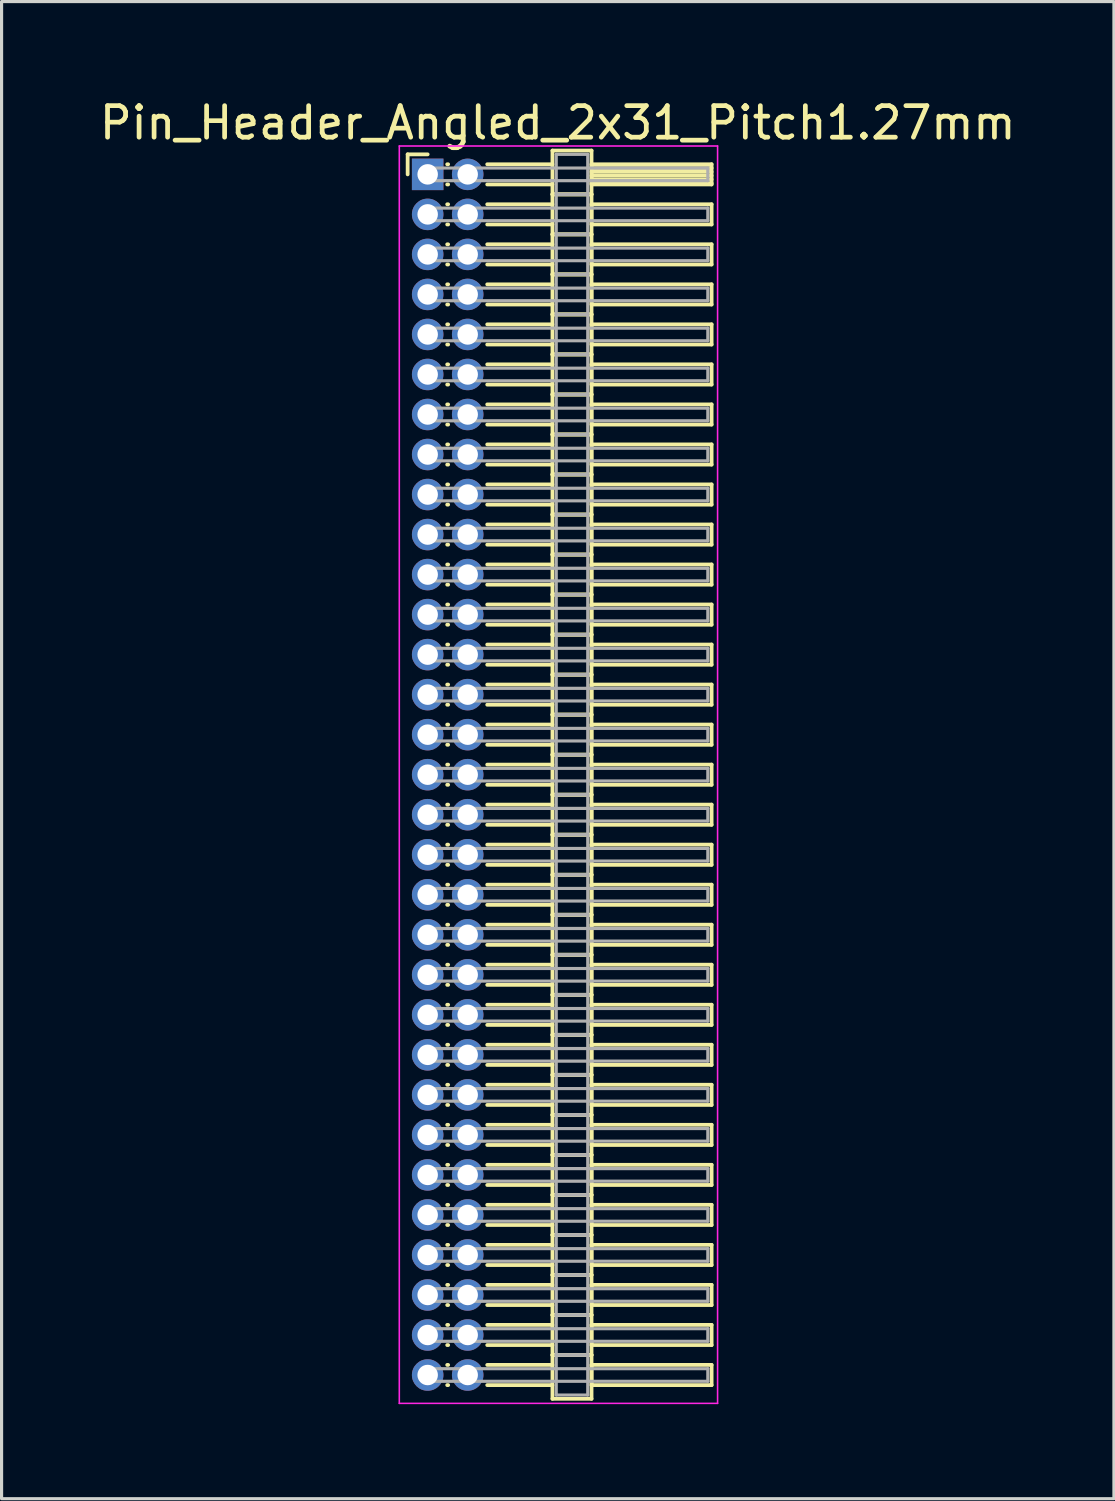
<source format=kicad_pcb>
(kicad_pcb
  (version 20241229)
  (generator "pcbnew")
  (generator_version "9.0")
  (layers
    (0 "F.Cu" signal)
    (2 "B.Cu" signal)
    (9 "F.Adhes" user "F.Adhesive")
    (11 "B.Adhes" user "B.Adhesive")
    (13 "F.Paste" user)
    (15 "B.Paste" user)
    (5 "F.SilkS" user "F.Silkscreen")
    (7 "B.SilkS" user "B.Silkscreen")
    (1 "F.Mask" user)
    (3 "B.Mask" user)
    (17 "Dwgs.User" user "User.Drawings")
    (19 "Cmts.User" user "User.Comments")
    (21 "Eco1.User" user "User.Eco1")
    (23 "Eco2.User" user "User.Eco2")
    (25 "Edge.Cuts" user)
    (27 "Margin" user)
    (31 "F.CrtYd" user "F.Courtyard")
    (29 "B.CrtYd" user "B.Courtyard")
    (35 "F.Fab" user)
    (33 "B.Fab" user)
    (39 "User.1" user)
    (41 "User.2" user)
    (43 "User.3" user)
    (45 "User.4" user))
  (footprint "Pin_Header_Angled_2x31_Pitch1.27mm"
    (layer "F.Cu")
    (at 10.521 2.483)
    (property "Reference" "Pin_Header_Angled_2x31_Pitch1.27mm" (at 4.128 -1.635 0) (layer "F.SilkS") (effects (font (size 1 1) (thickness 0.15))))
    (attr through_hole)
    (fp_line (start -0.635 -0.635) (end 0 -0.635) (stroke (width 0.12) (type solid)) (layer "F.SilkS"))
    (fp_line (start -0.635 0) (end -0.635 -0.635) (stroke (width 0.12) (type solid)) (layer "F.SilkS"))
    (fp_line (start 0.62 -0.32) (end 0.65 -0.32) (stroke (width 0.12) (type solid)) (layer "F.SilkS"))
    (fp_line (start 0.62 0.32) (end 0.65 0.32) (stroke (width 0.12) (type solid)) (layer "F.SilkS"))
    (fp_line (start 0.62 0.95) (end 0.65 0.95) (stroke (width 0.12) (type solid)) (layer "F.SilkS"))
    (fp_line (start 0.62 1.59) (end 0.65 1.59) (stroke (width 0.12) (type solid)) (layer "F.SilkS"))
    (fp_line (start 0.62 2.22) (end 0.65 2.22) (stroke (width 0.12) (type solid)) (layer "F.SilkS"))
    (fp_line (start 0.62 2.86) (end 0.65 2.86) (stroke (width 0.12) (type solid)) (layer "F.SilkS"))
    (fp_line (start 0.62 3.49) (end 0.65 3.49) (stroke (width 0.12) (type solid)) (layer "F.SilkS"))
    (fp_line (start 0.62 4.13) (end 0.65 4.13) (stroke (width 0.12) (type solid)) (layer "F.SilkS"))
    (fp_line (start 0.62 4.76) (end 0.65 4.76) (stroke (width 0.12) (type solid)) (layer "F.SilkS"))
    (fp_line (start 0.62 5.4) (end 0.65 5.4) (stroke (width 0.12) (type solid)) (layer "F.SilkS"))
    (fp_line (start 0.62 6.03) (end 0.65 6.03) (stroke (width 0.12) (type solid)) (layer "F.SilkS"))
    (fp_line (start 0.62 6.67) (end 0.65 6.67) (stroke (width 0.12) (type solid)) (layer "F.SilkS"))
    (fp_line (start 0.62 7.3) (end 0.65 7.3) (stroke (width 0.12) (type solid)) (layer "F.SilkS"))
    (fp_line (start 0.62 7.94) (end 0.65 7.94) (stroke (width 0.12) (type solid)) (layer "F.SilkS"))
    (fp_line (start 0.62 8.57) (end 0.65 8.57) (stroke (width 0.12) (type solid)) (layer "F.SilkS"))
    (fp_line (start 0.62 9.21) (end 0.65 9.21) (stroke (width 0.12) (type solid)) (layer "F.SilkS"))
    (fp_line (start 0.62 9.84) (end 0.65 9.84) (stroke (width 0.12) (type solid)) (layer "F.SilkS"))
    (fp_line (start 0.62 10.48) (end 0.65 10.48) (stroke (width 0.12) (type solid)) (layer "F.SilkS"))
    (fp_line (start 0.62 11.11) (end 0.65 11.11) (stroke (width 0.12) (type solid)) (layer "F.SilkS"))
    (fp_line (start 0.62 11.75) (end 0.65 11.75) (stroke (width 0.12) (type solid)) (layer "F.SilkS"))
    (fp_line (start 0.62 12.38) (end 0.65 12.38) (stroke (width 0.12) (type solid)) (layer "F.SilkS"))
    (fp_line (start 0.62 13.02) (end 0.65 13.02) (stroke (width 0.12) (type solid)) (layer "F.SilkS"))
    (fp_line (start 0.62 13.65) (end 0.65 13.65) (stroke (width 0.12) (type solid)) (layer "F.SilkS"))
    (fp_line (start 0.62 14.29) (end 0.65 14.29) (stroke (width 0.12) (type solid)) (layer "F.SilkS"))
    (fp_line (start 0.62 14.92) (end 0.65 14.92) (stroke (width 0.12) (type solid)) (layer "F.SilkS"))
    (fp_line (start 0.62 15.56) (end 0.65 15.56) (stroke (width 0.12) (type solid)) (layer "F.SilkS"))
    (fp_line (start 0.62 16.19) (end 0.65 16.19) (stroke (width 0.12) (type solid)) (layer "F.SilkS"))
    (fp_line (start 0.62 16.83) (end 0.65 16.83) (stroke (width 0.12) (type solid)) (layer "F.SilkS"))
    (fp_line (start 0.62 17.46) (end 0.65 17.46) (stroke (width 0.12) (type solid)) (layer "F.SilkS"))
    (fp_line (start 0.62 18.1) (end 0.65 18.1) (stroke (width 0.12) (type solid)) (layer "F.SilkS"))
    (fp_line (start 0.62 18.73) (end 0.65 18.73) (stroke (width 0.12) (type solid)) (layer "F.SilkS"))
    (fp_line (start 0.62 19.37) (end 0.65 19.37) (stroke (width 0.12) (type solid)) (layer "F.SilkS"))
    (fp_line (start 0.62 20) (end 0.65 20) (stroke (width 0.12) (type solid)) (layer "F.SilkS"))
    (fp_line (start 0.62 20.64) (end 0.65 20.64) (stroke (width 0.12) (type solid)) (layer "F.SilkS"))
    (fp_line (start 0.62 21.27) (end 0.65 21.27) (stroke (width 0.12) (type solid)) (layer "F.SilkS"))
    (fp_line (start 0.62 21.91) (end 0.65 21.91) (stroke (width 0.12) (type solid)) (layer "F.SilkS"))
    (fp_line (start 0.62 22.54) (end 0.65 22.54) (stroke (width 0.12) (type solid)) (layer "F.SilkS"))
    (fp_line (start 0.62 23.18) (end 0.65 23.18) (stroke (width 0.12) (type solid)) (layer "F.SilkS"))
    (fp_line (start 0.62 23.81) (end 0.65 23.81) (stroke (width 0.12) (type solid)) (layer "F.SilkS"))
    (fp_line (start 0.62 24.45) (end 0.65 24.45) (stroke (width 0.12) (type solid)) (layer "F.SilkS"))
    (fp_line (start 0.62 25.08) (end 0.65 25.08) (stroke (width 0.12) (type solid)) (layer "F.SilkS"))
    (fp_line (start 0.62 25.72) (end 0.65 25.72) (stroke (width 0.12) (type solid)) (layer "F.SilkS"))
    (fp_line (start 0.62 26.35) (end 0.65 26.35) (stroke (width 0.12) (type solid)) (layer "F.SilkS"))
    (fp_line (start 0.62 26.99) (end 0.65 26.99) (stroke (width 0.12) (type solid)) (layer "F.SilkS"))
    (fp_line (start 0.62 27.62) (end 0.65 27.62) (stroke (width 0.12) (type solid)) (layer "F.SilkS"))
    (fp_line (start 0.62 28.26) (end 0.65 28.26) (stroke (width 0.12) (type solid)) (layer "F.SilkS"))
    (fp_line (start 0.62 28.89) (end 0.65 28.89) (stroke (width 0.12) (type solid)) (layer "F.SilkS"))
    (fp_line (start 0.62 29.53) (end 0.65 29.53) (stroke (width 0.12) (type solid)) (layer "F.SilkS"))
    (fp_line (start 0.62 30.16) (end 0.65 30.16) (stroke (width 0.12) (type solid)) (layer "F.SilkS"))
    (fp_line (start 0.62 30.8) (end 0.65 30.8) (stroke (width 0.12) (type solid)) (layer "F.SilkS"))
    (fp_line (start 0.62 31.43) (end 0.65 31.43) (stroke (width 0.12) (type solid)) (layer "F.SilkS"))
    (fp_line (start 0.62 32.07) (end 0.65 32.07) (stroke (width 0.12) (type solid)) (layer "F.SilkS"))
    (fp_line (start 0.62 32.7) (end 0.65 32.7) (stroke (width 0.12) (type solid)) (layer "F.SilkS"))
    (fp_line (start 0.62 33.34) (end 0.65 33.34) (stroke (width 0.12) (type solid)) (layer "F.SilkS"))
    (fp_line (start 0.62 33.97) (end 0.65 33.97) (stroke (width 0.12) (type solid)) (layer "F.SilkS"))
    (fp_line (start 0.62 34.61) (end 0.65 34.61) (stroke (width 0.12) (type solid)) (layer "F.SilkS"))
    (fp_line (start 0.62 35.24) (end 0.65 35.24) (stroke (width 0.12) (type solid)) (layer "F.SilkS"))
    (fp_line (start 0.62 35.88) (end 0.65 35.88) (stroke (width 0.12) (type solid)) (layer "F.SilkS"))
    (fp_line (start 0.62 36.51) (end 0.65 36.51) (stroke (width 0.12) (type solid)) (layer "F.SilkS"))
    (fp_line (start 0.62 37.15) (end 0.65 37.15) (stroke (width 0.12) (type solid)) (layer "F.SilkS"))
    (fp_line (start 0.62 37.78) (end 0.65 37.78) (stroke (width 0.12) (type solid)) (layer "F.SilkS"))
    (fp_line (start 0.62 38.42) (end 0.65 38.42) (stroke (width 0.12) (type solid)) (layer "F.SilkS"))
    (fp_line (start 1.89 -0.32) (end 3.96 -0.32) (stroke (width 0.12) (type solid)) (layer "F.SilkS"))
    (fp_line (start 1.89 0.32) (end 3.96 0.32) (stroke (width 0.12) (type solid)) (layer "F.SilkS"))
    (fp_line (start 1.89 0.95) (end 3.96 0.95) (stroke (width 0.12) (type solid)) (layer "F.SilkS"))
    (fp_line (start 1.89 1.59) (end 3.96 1.59) (stroke (width 0.12) (type solid)) (layer "F.SilkS"))
    (fp_line (start 1.89 2.22) (end 3.96 2.22) (stroke (width 0.12) (type solid)) (layer "F.SilkS"))
    (fp_line (start 1.89 2.86) (end 3.96 2.86) (stroke (width 0.12) (type solid)) (layer "F.SilkS"))
    (fp_line (start 1.89 3.49) (end 3.96 3.49) (stroke (width 0.12) (type solid)) (layer "F.SilkS"))
    (fp_line (start 1.89 4.13) (end 3.96 4.13) (stroke (width 0.12) (type solid)) (layer "F.SilkS"))
    (fp_line (start 1.89 4.76) (end 3.96 4.76) (stroke (width 0.12) (type solid)) (layer "F.SilkS"))
    (fp_line (start 1.89 5.4) (end 3.96 5.4) (stroke (width 0.12) (type solid)) (layer "F.SilkS"))
    (fp_line (start 1.89 6.03) (end 3.96 6.03) (stroke (width 0.12) (type solid)) (layer "F.SilkS"))
    (fp_line (start 1.89 6.67) (end 3.96 6.67) (stroke (width 0.12) (type solid)) (layer "F.SilkS"))
    (fp_line (start 1.89 7.3) (end 3.96 7.3) (stroke (width 0.12) (type solid)) (layer "F.SilkS"))
    (fp_line (start 1.89 7.94) (end 3.96 7.94) (stroke (width 0.12) (type solid)) (layer "F.SilkS"))
    (fp_line (start 1.89 8.57) (end 3.96 8.57) (stroke (width 0.12) (type solid)) (layer "F.SilkS"))
    (fp_line (start 1.89 9.21) (end 3.96 9.21) (stroke (width 0.12) (type solid)) (layer "F.SilkS"))
    (fp_line (start 1.89 9.84) (end 3.96 9.84) (stroke (width 0.12) (type solid)) (layer "F.SilkS"))
    (fp_line (start 1.89 10.48) (end 3.96 10.48) (stroke (width 0.12) (type solid)) (layer "F.SilkS"))
    (fp_line (start 1.89 11.11) (end 3.96 11.11) (stroke (width 0.12) (type solid)) (layer "F.SilkS"))
    (fp_line (start 1.89 11.75) (end 3.96 11.75) (stroke (width 0.12) (type solid)) (layer "F.SilkS"))
    (fp_line (start 1.89 12.38) (end 3.96 12.38) (stroke (width 0.12) (type solid)) (layer "F.SilkS"))
    (fp_line (start 1.89 13.02) (end 3.96 13.02) (stroke (width 0.12) (type solid)) (layer "F.SilkS"))
    (fp_line (start 1.89 13.65) (end 3.96 13.65) (stroke (width 0.12) (type solid)) (layer "F.SilkS"))
    (fp_line (start 1.89 14.29) (end 3.96 14.29) (stroke (width 0.12) (type solid)) (layer "F.SilkS"))
    (fp_line (start 1.89 14.92) (end 3.96 14.92) (stroke (width 0.12) (type solid)) (layer "F.SilkS"))
    (fp_line (start 1.89 15.56) (end 3.96 15.56) (stroke (width 0.12) (type solid)) (layer "F.SilkS"))
    (fp_line (start 1.89 16.19) (end 3.96 16.19) (stroke (width 0.12) (type solid)) (layer "F.SilkS"))
    (fp_line (start 1.89 16.83) (end 3.96 16.83) (stroke (width 0.12) (type solid)) (layer "F.SilkS"))
    (fp_line (start 1.89 17.46) (end 3.96 17.46) (stroke (width 0.12) (type solid)) (layer "F.SilkS"))
    (fp_line (start 1.89 18.1) (end 3.96 18.1) (stroke (width 0.12) (type solid)) (layer "F.SilkS"))
    (fp_line (start 1.89 18.73) (end 3.96 18.73) (stroke (width 0.12) (type solid)) (layer "F.SilkS"))
    (fp_line (start 1.89 19.37) (end 3.96 19.37) (stroke (width 0.12) (type solid)) (layer "F.SilkS"))
    (fp_line (start 1.89 20) (end 3.96 20) (stroke (width 0.12) (type solid)) (layer "F.SilkS"))
    (fp_line (start 1.89 20.64) (end 3.96 20.64) (stroke (width 0.12) (type solid)) (layer "F.SilkS"))
    (fp_line (start 1.89 21.27) (end 3.96 21.27) (stroke (width 0.12) (type solid)) (layer "F.SilkS"))
    (fp_line (start 1.89 21.91) (end 3.96 21.91) (stroke (width 0.12) (type solid)) (layer "F.SilkS"))
    (fp_line (start 1.89 22.54) (end 3.96 22.54) (stroke (width 0.12) (type solid)) (layer "F.SilkS"))
    (fp_line (start 1.89 23.18) (end 3.96 23.18) (stroke (width 0.12) (type solid)) (layer "F.SilkS"))
    (fp_line (start 1.89 23.81) (end 3.96 23.81) (stroke (width 0.12) (type solid)) (layer "F.SilkS"))
    (fp_line (start 1.89 24.45) (end 3.96 24.45) (stroke (width 0.12) (type solid)) (layer "F.SilkS"))
    (fp_line (start 1.89 25.08) (end 3.96 25.08) (stroke (width 0.12) (type solid)) (layer "F.SilkS"))
    (fp_line (start 1.89 25.72) (end 3.96 25.72) (stroke (width 0.12) (type solid)) (layer "F.SilkS"))
    (fp_line (start 1.89 26.35) (end 3.96 26.35) (stroke (width 0.12) (type solid)) (layer "F.SilkS"))
    (fp_line (start 1.89 26.99) (end 3.96 26.99) (stroke (width 0.12) (type solid)) (layer "F.SilkS"))
    (fp_line (start 1.89 27.62) (end 3.96 27.62) (stroke (width 0.12) (type solid)) (layer "F.SilkS"))
    (fp_line (start 1.89 28.26) (end 3.96 28.26) (stroke (width 0.12) (type solid)) (layer "F.SilkS"))
    (fp_line (start 1.89 28.89) (end 3.96 28.89) (stroke (width 0.12) (type solid)) (layer "F.SilkS"))
    (fp_line (start 1.89 29.53) (end 3.96 29.53) (stroke (width 0.12) (type solid)) (layer "F.SilkS"))
    (fp_line (start 1.89 30.16) (end 3.96 30.16) (stroke (width 0.12) (type solid)) (layer "F.SilkS"))
    (fp_line (start 1.89 30.8) (end 3.96 30.8) (stroke (width 0.12) (type solid)) (layer "F.SilkS"))
    (fp_line (start 1.89 31.43) (end 3.96 31.43) (stroke (width 0.12) (type solid)) (layer "F.SilkS"))
    (fp_line (start 1.89 32.07) (end 3.96 32.07) (stroke (width 0.12) (type solid)) (layer "F.SilkS"))
    (fp_line (start 1.89 32.7) (end 3.96 32.7) (stroke (width 0.12) (type solid)) (layer "F.SilkS"))
    (fp_line (start 1.89 33.34) (end 3.96 33.34) (stroke (width 0.12) (type solid)) (layer "F.SilkS"))
    (fp_line (start 1.89 33.97) (end 3.96 33.97) (stroke (width 0.12) (type solid)) (layer "F.SilkS"))
    (fp_line (start 1.89 34.61) (end 3.96 34.61) (stroke (width 0.12) (type solid)) (layer "F.SilkS"))
    (fp_line (start 1.89 35.24) (end 3.96 35.24) (stroke (width 0.12) (type solid)) (layer "F.SilkS"))
    (fp_line (start 1.89 35.88) (end 3.96 35.88) (stroke (width 0.12) (type solid)) (layer "F.SilkS"))
    (fp_line (start 1.89 36.51) (end 3.96 36.51) (stroke (width 0.12) (type solid)) (layer "F.SilkS"))
    (fp_line (start 1.89 37.15) (end 3.96 37.15) (stroke (width 0.12) (type solid)) (layer "F.SilkS"))
    (fp_line (start 1.89 37.78) (end 3.96 37.78) (stroke (width 0.12) (type solid)) (layer "F.SilkS"))
    (fp_line (start 1.89 38.42) (end 3.96 38.42) (stroke (width 0.12) (type solid)) (layer "F.SilkS"))
    (fp_line (start 3.96 -0.755) (end 3.96 0.635) (stroke (width 0.12) (type solid)) (layer "F.SilkS"))
    (fp_line (start 3.96 0.635) (end 3.96 1.905) (stroke (width 0.12) (type solid)) (layer "F.SilkS"))
    (fp_line (start 3.96 0.635) (end 5.2 0.635) (stroke (width 0.12) (type solid)) (layer "F.SilkS"))
    (fp_line (start 3.96 1.905) (end 3.96 3.175) (stroke (width 0.12) (type solid)) (layer "F.SilkS"))
    (fp_line (start 3.96 1.905) (end 5.2 1.905) (stroke (width 0.12) (type solid)) (layer "F.SilkS"))
    (fp_line (start 3.96 3.175) (end 3.96 4.445) (stroke (width 0.12) (type solid)) (layer "F.SilkS"))
    (fp_line (start 3.96 3.175) (end 5.2 3.175) (stroke (width 0.12) (type solid)) (layer "F.SilkS"))
    (fp_line (start 3.96 4.445) (end 3.96 5.715) (stroke (width 0.12) (type solid)) (layer "F.SilkS"))
    (fp_line (start 3.96 4.445) (end 5.2 4.445) (stroke (width 0.12) (type solid)) (layer "F.SilkS"))
    (fp_line (start 3.96 5.715) (end 3.96 6.985) (stroke (width 0.12) (type solid)) (layer "F.SilkS"))
    (fp_line (start 3.96 5.715) (end 5.2 5.715) (stroke (width 0.12) (type solid)) (layer "F.SilkS"))
    (fp_line (start 3.96 6.985) (end 3.96 8.255) (stroke (width 0.12) (type solid)) (layer "F.SilkS"))
    (fp_line (start 3.96 6.985) (end 5.2 6.985) (stroke (width 0.12) (type solid)) (layer "F.SilkS"))
    (fp_line (start 3.96 8.255) (end 3.96 9.525) (stroke (width 0.12) (type solid)) (layer "F.SilkS"))
    (fp_line (start 3.96 8.255) (end 5.2 8.255) (stroke (width 0.12) (type solid)) (layer "F.SilkS"))
    (fp_line (start 3.96 9.525) (end 3.96 10.795) (stroke (width 0.12) (type solid)) (layer "F.SilkS"))
    (fp_line (start 3.96 9.525) (end 5.2 9.525) (stroke (width 0.12) (type solid)) (layer "F.SilkS"))
    (fp_line (start 3.96 10.795) (end 3.96 12.065) (stroke (width 0.12) (type solid)) (layer "F.SilkS"))
    (fp_line (start 3.96 10.795) (end 5.2 10.795) (stroke (width 0.12) (type solid)) (layer "F.SilkS"))
    (fp_line (start 3.96 12.065) (end 3.96 13.335) (stroke (width 0.12) (type solid)) (layer "F.SilkS"))
    (fp_line (start 3.96 12.065) (end 5.2 12.065) (stroke (width 0.12) (type solid)) (layer "F.SilkS"))
    (fp_line (start 3.96 13.335) (end 3.96 14.605) (stroke (width 0.12) (type solid)) (layer "F.SilkS"))
    (fp_line (start 3.96 13.335) (end 5.2 13.335) (stroke (width 0.12) (type solid)) (layer "F.SilkS"))
    (fp_line (start 3.96 14.605) (end 3.96 15.875) (stroke (width 0.12) (type solid)) (layer "F.SilkS"))
    (fp_line (start 3.96 14.605) (end 5.2 14.605) (stroke (width 0.12) (type solid)) (layer "F.SilkS"))
    (fp_line (start 3.96 15.875) (end 3.96 17.145) (stroke (width 0.12) (type solid)) (layer "F.SilkS"))
    (fp_line (start 3.96 15.875) (end 5.2 15.875) (stroke (width 0.12) (type solid)) (layer "F.SilkS"))
    (fp_line (start 3.96 17.145) (end 3.96 18.415) (stroke (width 0.12) (type solid)) (layer "F.SilkS"))
    (fp_line (start 3.96 17.145) (end 5.2 17.145) (stroke (width 0.12) (type solid)) (layer "F.SilkS"))
    (fp_line (start 3.96 18.415) (end 3.96 19.685) (stroke (width 0.12) (type solid)) (layer "F.SilkS"))
    (fp_line (start 3.96 18.415) (end 5.2 18.415) (stroke (width 0.12) (type solid)) (layer "F.SilkS"))
    (fp_line (start 3.96 19.685) (end 3.96 20.955) (stroke (width 0.12) (type solid)) (layer "F.SilkS"))
    (fp_line (start 3.96 19.685) (end 5.2 19.685) (stroke (width 0.12) (type solid)) (layer "F.SilkS"))
    (fp_line (start 3.96 20.955) (end 3.96 22.225) (stroke (width 0.12) (type solid)) (layer "F.SilkS"))
    (fp_line (start 3.96 20.955) (end 5.2 20.955) (stroke (width 0.12) (type solid)) (layer "F.SilkS"))
    (fp_line (start 3.96 22.225) (end 3.96 23.495) (stroke (width 0.12) (type solid)) (layer "F.SilkS"))
    (fp_line (start 3.96 22.225) (end 5.2 22.225) (stroke (width 0.12) (type solid)) (layer "F.SilkS"))
    (fp_line (start 3.96 23.495) (end 3.96 24.765) (stroke (width 0.12) (type solid)) (layer "F.SilkS"))
    (fp_line (start 3.96 23.495) (end 5.2 23.495) (stroke (width 0.12) (type solid)) (layer "F.SilkS"))
    (fp_line (start 3.96 24.765) (end 3.96 26.035) (stroke (width 0.12) (type solid)) (layer "F.SilkS"))
    (fp_line (start 3.96 24.765) (end 5.2 24.765) (stroke (width 0.12) (type solid)) (layer "F.SilkS"))
    (fp_line (start 3.96 26.035) (end 3.96 27.305) (stroke (width 0.12) (type solid)) (layer "F.SilkS"))
    (fp_line (start 3.96 26.035) (end 5.2 26.035) (stroke (width 0.12) (type solid)) (layer "F.SilkS"))
    (fp_line (start 3.96 27.305) (end 3.96 28.575) (stroke (width 0.12) (type solid)) (layer "F.SilkS"))
    (fp_line (start 3.96 27.305) (end 5.2 27.305) (stroke (width 0.12) (type solid)) (layer "F.SilkS"))
    (fp_line (start 3.96 28.575) (end 3.96 29.845) (stroke (width 0.12) (type solid)) (layer "F.SilkS"))
    (fp_line (start 3.96 28.575) (end 5.2 28.575) (stroke (width 0.12) (type solid)) (layer "F.SilkS"))
    (fp_line (start 3.96 29.845) (end 3.96 31.115) (stroke (width 0.12) (type solid)) (layer "F.SilkS"))
    (fp_line (start 3.96 29.845) (end 5.2 29.845) (stroke (width 0.12) (type solid)) (layer "F.SilkS"))
    (fp_line (start 3.96 31.115) (end 3.96 32.385) (stroke (width 0.12) (type solid)) (layer "F.SilkS"))
    (fp_line (start 3.96 31.115) (end 5.2 31.115) (stroke (width 0.12) (type solid)) (layer "F.SilkS"))
    (fp_line (start 3.96 32.385) (end 3.96 33.655) (stroke (width 0.12) (type solid)) (layer "F.SilkS"))
    (fp_line (start 3.96 32.385) (end 5.2 32.385) (stroke (width 0.12) (type solid)) (layer "F.SilkS"))
    (fp_line (start 3.96 33.655) (end 3.96 34.925) (stroke (width 0.12) (type solid)) (layer "F.SilkS"))
    (fp_line (start 3.96 33.655) (end 5.2 33.655) (stroke (width 0.12) (type solid)) (layer "F.SilkS"))
    (fp_line (start 3.96 34.925) (end 3.96 36.195) (stroke (width 0.12) (type solid)) (layer "F.SilkS"))
    (fp_line (start 3.96 34.925) (end 5.2 34.925) (stroke (width 0.12) (type solid)) (layer "F.SilkS"))
    (fp_line (start 3.96 36.195) (end 3.96 37.465) (stroke (width 0.12) (type solid)) (layer "F.SilkS"))
    (fp_line (start 3.96 36.195) (end 5.2 36.195) (stroke (width 0.12) (type solid)) (layer "F.SilkS"))
    (fp_line (start 3.96 37.465) (end 3.96 38.855) (stroke (width 0.12) (type solid)) (layer "F.SilkS"))
    (fp_line (start 3.96 37.465) (end 5.2 37.465) (stroke (width 0.12) (type solid)) (layer "F.SilkS"))
    (fp_line (start 3.96 38.855) (end 5.2 38.855) (stroke (width 0.12) (type solid)) (layer "F.SilkS"))
    (fp_line (start 5.2 -0.755) (end 3.96 -0.755) (stroke (width 0.12) (type solid)) (layer "F.SilkS"))
    (fp_line (start 5.2 -0.32) (end 5.2 0.32) (stroke (width 0.12) (type solid)) (layer "F.SilkS"))
    (fp_line (start 5.2 -0.2) (end 9.01 -0.2) (stroke (width 0.12) (type solid)) (layer "F.SilkS"))
    (fp_line (start 5.2 -0.08) (end 9.01 -0.08) (stroke (width 0.12) (type solid)) (layer "F.SilkS"))
    (fp_line (start 5.2 0.04) (end 9.01 0.04) (stroke (width 0.12) (type solid)) (layer "F.SilkS"))
    (fp_line (start 5.2 0.16) (end 9.01 0.16) (stroke (width 0.12) (type solid)) (layer "F.SilkS"))
    (fp_line (start 5.2 0.28) (end 9.01 0.28) (stroke (width 0.12) (type solid)) (layer "F.SilkS"))
    (fp_line (start 5.2 0.32) (end 9.01 0.32) (stroke (width 0.12) (type solid)) (layer "F.SilkS"))
    (fp_line (start 5.2 0.635) (end 3.96 0.635) (stroke (width 0.12) (type solid)) (layer "F.SilkS"))
    (fp_line (start 5.2 0.635) (end 5.2 -0.755) (stroke (width 0.12) (type solid)) (layer "F.SilkS"))
    (fp_line (start 5.2 0.95) (end 5.2 1.59) (stroke (width 0.12) (type solid)) (layer "F.SilkS"))
    (fp_line (start 5.2 1.59) (end 9.01 1.59) (stroke (width 0.12) (type solid)) (layer "F.SilkS"))
    (fp_line (start 5.2 1.905) (end 3.96 1.905) (stroke (width 0.12) (type solid)) (layer "F.SilkS"))
    (fp_line (start 5.2 1.905) (end 5.2 0.635) (stroke (width 0.12) (type solid)) (layer "F.SilkS"))
    (fp_line (start 5.2 2.22) (end 5.2 2.86) (stroke (width 0.12) (type solid)) (layer "F.SilkS"))
    (fp_line (start 5.2 2.86) (end 9.01 2.86) (stroke (width 0.12) (type solid)) (layer "F.SilkS"))
    (fp_line (start 5.2 3.175) (end 3.96 3.175) (stroke (width 0.12) (type solid)) (layer "F.SilkS"))
    (fp_line (start 5.2 3.175) (end 5.2 1.905) (stroke (width 0.12) (type solid)) (layer "F.SilkS"))
    (fp_line (start 5.2 3.49) (end 5.2 4.13) (stroke (width 0.12) (type solid)) (layer "F.SilkS"))
    (fp_line (start 5.2 4.13) (end 9.01 4.13) (stroke (width 0.12) (type solid)) (layer "F.SilkS"))
    (fp_line (start 5.2 4.445) (end 3.96 4.445) (stroke (width 0.12) (type solid)) (layer "F.SilkS"))
    (fp_line (start 5.2 4.445) (end 5.2 3.175) (stroke (width 0.12) (type solid)) (layer "F.SilkS"))
    (fp_line (start 5.2 4.76) (end 5.2 5.4) (stroke (width 0.12) (type solid)) (layer "F.SilkS"))
    (fp_line (start 5.2 5.4) (end 9.01 5.4) (stroke (width 0.12) (type solid)) (layer "F.SilkS"))
    (fp_line (start 5.2 5.715) (end 3.96 5.715) (stroke (width 0.12) (type solid)) (layer "F.SilkS"))
    (fp_line (start 5.2 5.715) (end 5.2 4.445) (stroke (width 0.12) (type solid)) (layer "F.SilkS"))
    (fp_line (start 5.2 6.03) (end 5.2 6.67) (stroke (width 0.12) (type solid)) (layer "F.SilkS"))
    (fp_line (start 5.2 6.67) (end 9.01 6.67) (stroke (width 0.12) (type solid)) (layer "F.SilkS"))
    (fp_line (start 5.2 6.985) (end 3.96 6.985) (stroke (width 0.12) (type solid)) (layer "F.SilkS"))
    (fp_line (start 5.2 6.985) (end 5.2 5.715) (stroke (width 0.12) (type solid)) (layer "F.SilkS"))
    (fp_line (start 5.2 7.3) (end 5.2 7.94) (stroke (width 0.12) (type solid)) (layer "F.SilkS"))
    (fp_line (start 5.2 7.94) (end 9.01 7.94) (stroke (width 0.12) (type solid)) (layer "F.SilkS"))
    (fp_line (start 5.2 8.255) (end 3.96 8.255) (stroke (width 0.12) (type solid)) (layer "F.SilkS"))
    (fp_line (start 5.2 8.255) (end 5.2 6.985) (stroke (width 0.12) (type solid)) (layer "F.SilkS"))
    (fp_line (start 5.2 8.57) (end 5.2 9.21) (stroke (width 0.12) (type solid)) (layer "F.SilkS"))
    (fp_line (start 5.2 9.21) (end 9.01 9.21) (stroke (width 0.12) (type solid)) (layer "F.SilkS"))
    (fp_line (start 5.2 9.525) (end 3.96 9.525) (stroke (width 0.12) (type solid)) (layer "F.SilkS"))
    (fp_line (start 5.2 9.525) (end 5.2 8.255) (stroke (width 0.12) (type solid)) (layer "F.SilkS"))
    (fp_line (start 5.2 9.84) (end 5.2 10.48) (stroke (width 0.12) (type solid)) (layer "F.SilkS"))
    (fp_line (start 5.2 10.48) (end 9.01 10.48) (stroke (width 0.12) (type solid)) (layer "F.SilkS"))
    (fp_line (start 5.2 10.795) (end 3.96 10.795) (stroke (width 0.12) (type solid)) (layer "F.SilkS"))
    (fp_line (start 5.2 10.795) (end 5.2 9.525) (stroke (width 0.12) (type solid)) (layer "F.SilkS"))
    (fp_line (start 5.2 11.11) (end 5.2 11.75) (stroke (width 0.12) (type solid)) (layer "F.SilkS"))
    (fp_line (start 5.2 11.75) (end 9.01 11.75) (stroke (width 0.12) (type solid)) (layer "F.SilkS"))
    (fp_line (start 5.2 12.065) (end 3.96 12.065) (stroke (width 0.12) (type solid)) (layer "F.SilkS"))
    (fp_line (start 5.2 12.065) (end 5.2 10.795) (stroke (width 0.12) (type solid)) (layer "F.SilkS"))
    (fp_line (start 5.2 12.38) (end 5.2 13.02) (stroke (width 0.12) (type solid)) (layer "F.SilkS"))
    (fp_line (start 5.2 13.02) (end 9.01 13.02) (stroke (width 0.12) (type solid)) (layer "F.SilkS"))
    (fp_line (start 5.2 13.335) (end 3.96 13.335) (stroke (width 0.12) (type solid)) (layer "F.SilkS"))
    (fp_line (start 5.2 13.335) (end 5.2 12.065) (stroke (width 0.12) (type solid)) (layer "F.SilkS"))
    (fp_line (start 5.2 13.65) (end 5.2 14.29) (stroke (width 0.12) (type solid)) (layer "F.SilkS"))
    (fp_line (start 5.2 14.29) (end 9.01 14.29) (stroke (width 0.12) (type solid)) (layer "F.SilkS"))
    (fp_line (start 5.2 14.605) (end 3.96 14.605) (stroke (width 0.12) (type solid)) (layer "F.SilkS"))
    (fp_line (start 5.2 14.605) (end 5.2 13.335) (stroke (width 0.12) (type solid)) (layer "F.SilkS"))
    (fp_line (start 5.2 14.92) (end 5.2 15.56) (stroke (width 0.12) (type solid)) (layer "F.SilkS"))
    (fp_line (start 5.2 15.56) (end 9.01 15.56) (stroke (width 0.12) (type solid)) (layer "F.SilkS"))
    (fp_line (start 5.2 15.875) (end 3.96 15.875) (stroke (width 0.12) (type solid)) (layer "F.SilkS"))
    (fp_line (start 5.2 15.875) (end 5.2 14.605) (stroke (width 0.12) (type solid)) (layer "F.SilkS"))
    (fp_line (start 5.2 16.19) (end 5.2 16.83) (stroke (width 0.12) (type solid)) (layer "F.SilkS"))
    (fp_line (start 5.2 16.83) (end 9.01 16.83) (stroke (width 0.12) (type solid)) (layer "F.SilkS"))
    (fp_line (start 5.2 17.145) (end 3.96 17.145) (stroke (width 0.12) (type solid)) (layer "F.SilkS"))
    (fp_line (start 5.2 17.145) (end 5.2 15.875) (stroke (width 0.12) (type solid)) (layer "F.SilkS"))
    (fp_line (start 5.2 17.46) (end 5.2 18.1) (stroke (width 0.12) (type solid)) (layer "F.SilkS"))
    (fp_line (start 5.2 18.1) (end 9.01 18.1) (stroke (width 0.12) (type solid)) (layer "F.SilkS"))
    (fp_line (start 5.2 18.415) (end 3.96 18.415) (stroke (width 0.12) (type solid)) (layer "F.SilkS"))
    (fp_line (start 5.2 18.415) (end 5.2 17.145) (stroke (width 0.12) (type solid)) (layer "F.SilkS"))
    (fp_line (start 5.2 18.73) (end 5.2 19.37) (stroke (width 0.12) (type solid)) (layer "F.SilkS"))
    (fp_line (start 5.2 19.37) (end 9.01 19.37) (stroke (width 0.12) (type solid)) (layer "F.SilkS"))
    (fp_line (start 5.2 19.685) (end 3.96 19.685) (stroke (width 0.12) (type solid)) (layer "F.SilkS"))
    (fp_line (start 5.2 19.685) (end 5.2 18.415) (stroke (width 0.12) (type solid)) (layer "F.SilkS"))
    (fp_line (start 5.2 20) (end 5.2 20.64) (stroke (width 0.12) (type solid)) (layer "F.SilkS"))
    (fp_line (start 5.2 20.64) (end 9.01 20.64) (stroke (width 0.12) (type solid)) (layer "F.SilkS"))
    (fp_line (start 5.2 20.955) (end 3.96 20.955) (stroke (width 0.12) (type solid)) (layer "F.SilkS"))
    (fp_line (start 5.2 20.955) (end 5.2 19.685) (stroke (width 0.12) (type solid)) (layer "F.SilkS"))
    (fp_line (start 5.2 21.27) (end 5.2 21.91) (stroke (width 0.12) (type solid)) (layer "F.SilkS"))
    (fp_line (start 5.2 21.91) (end 9.01 21.91) (stroke (width 0.12) (type solid)) (layer "F.SilkS"))
    (fp_line (start 5.2 22.225) (end 3.96 22.225) (stroke (width 0.12) (type solid)) (layer "F.SilkS"))
    (fp_line (start 5.2 22.225) (end 5.2 20.955) (stroke (width 0.12) (type solid)) (layer "F.SilkS"))
    (fp_line (start 5.2 22.54) (end 5.2 23.18) (stroke (width 0.12) (type solid)) (layer "F.SilkS"))
    (fp_line (start 5.2 23.18) (end 9.01 23.18) (stroke (width 0.12) (type solid)) (layer "F.SilkS"))
    (fp_line (start 5.2 23.495) (end 3.96 23.495) (stroke (width 0.12) (type solid)) (layer "F.SilkS"))
    (fp_line (start 5.2 23.495) (end 5.2 22.225) (stroke (width 0.12) (type solid)) (layer "F.SilkS"))
    (fp_line (start 5.2 23.81) (end 5.2 24.45) (stroke (width 0.12) (type solid)) (layer "F.SilkS"))
    (fp_line (start 5.2 24.45) (end 9.01 24.45) (stroke (width 0.12) (type solid)) (layer "F.SilkS"))
    (fp_line (start 5.2 24.765) (end 3.96 24.765) (stroke (width 0.12) (type solid)) (layer "F.SilkS"))
    (fp_line (start 5.2 24.765) (end 5.2 23.495) (stroke (width 0.12) (type solid)) (layer "F.SilkS"))
    (fp_line (start 5.2 25.08) (end 5.2 25.72) (stroke (width 0.12) (type solid)) (layer "F.SilkS"))
    (fp_line (start 5.2 25.72) (end 9.01 25.72) (stroke (width 0.12) (type solid)) (layer "F.SilkS"))
    (fp_line (start 5.2 26.035) (end 3.96 26.035) (stroke (width 0.12) (type solid)) (layer "F.SilkS"))
    (fp_line (start 5.2 26.035) (end 5.2 24.765) (stroke (width 0.12) (type solid)) (layer "F.SilkS"))
    (fp_line (start 5.2 26.35) (end 5.2 26.99) (stroke (width 0.12) (type solid)) (layer "F.SilkS"))
    (fp_line (start 5.2 26.99) (end 9.01 26.99) (stroke (width 0.12) (type solid)) (layer "F.SilkS"))
    (fp_line (start 5.2 27.305) (end 3.96 27.305) (stroke (width 0.12) (type solid)) (layer "F.SilkS"))
    (fp_line (start 5.2 27.305) (end 5.2 26.035) (stroke (width 0.12) (type solid)) (layer "F.SilkS"))
    (fp_line (start 5.2 27.62) (end 5.2 28.26) (stroke (width 0.12) (type solid)) (layer "F.SilkS"))
    (fp_line (start 5.2 28.26) (end 9.01 28.26) (stroke (width 0.12) (type solid)) (layer "F.SilkS"))
    (fp_line (start 5.2 28.575) (end 3.96 28.575) (stroke (width 0.12) (type solid)) (layer "F.SilkS"))
    (fp_line (start 5.2 28.575) (end 5.2 27.305) (stroke (width 0.12) (type solid)) (layer "F.SilkS"))
    (fp_line (start 5.2 28.89) (end 5.2 29.53) (stroke (width 0.12) (type solid)) (layer "F.SilkS"))
    (fp_line (start 5.2 29.53) (end 9.01 29.53) (stroke (width 0.12) (type solid)) (layer "F.SilkS"))
    (fp_line (start 5.2 29.845) (end 3.96 29.845) (stroke (width 0.12) (type solid)) (layer "F.SilkS"))
    (fp_line (start 5.2 29.845) (end 5.2 28.575) (stroke (width 0.12) (type solid)) (layer "F.SilkS"))
    (fp_line (start 5.2 30.16) (end 5.2 30.8) (stroke (width 0.12) (type solid)) (layer "F.SilkS"))
    (fp_line (start 5.2 30.8) (end 9.01 30.8) (stroke (width 0.12) (type solid)) (layer "F.SilkS"))
    (fp_line (start 5.2 31.115) (end 3.96 31.115) (stroke (width 0.12) (type solid)) (layer "F.SilkS"))
    (fp_line (start 5.2 31.115) (end 5.2 29.845) (stroke (width 0.12) (type solid)) (layer "F.SilkS"))
    (fp_line (start 5.2 31.43) (end 5.2 32.07) (stroke (width 0.12) (type solid)) (layer "F.SilkS"))
    (fp_line (start 5.2 32.07) (end 9.01 32.07) (stroke (width 0.12) (type solid)) (layer "F.SilkS"))
    (fp_line (start 5.2 32.385) (end 3.96 32.385) (stroke (width 0.12) (type solid)) (layer "F.SilkS"))
    (fp_line (start 5.2 32.385) (end 5.2 31.115) (stroke (width 0.12) (type solid)) (layer "F.SilkS"))
    (fp_line (start 5.2 32.7) (end 5.2 33.34) (stroke (width 0.12) (type solid)) (layer "F.SilkS"))
    (fp_line (start 5.2 33.34) (end 9.01 33.34) (stroke (width 0.12) (type solid)) (layer "F.SilkS"))
    (fp_line (start 5.2 33.655) (end 3.96 33.655) (stroke (width 0.12) (type solid)) (layer "F.SilkS"))
    (fp_line (start 5.2 33.655) (end 5.2 32.385) (stroke (width 0.12) (type solid)) (layer "F.SilkS"))
    (fp_line (start 5.2 33.97) (end 5.2 34.61) (stroke (width 0.12) (type solid)) (layer "F.SilkS"))
    (fp_line (start 5.2 34.61) (end 9.01 34.61) (stroke (width 0.12) (type solid)) (layer "F.SilkS"))
    (fp_line (start 5.2 34.925) (end 3.96 34.925) (stroke (width 0.12) (type solid)) (layer "F.SilkS"))
    (fp_line (start 5.2 34.925) (end 5.2 33.655) (stroke (width 0.12) (type solid)) (layer "F.SilkS"))
    (fp_line (start 5.2 35.24) (end 5.2 35.88) (stroke (width 0.12) (type solid)) (layer "F.SilkS"))
    (fp_line (start 5.2 35.88) (end 9.01 35.88) (stroke (width 0.12) (type solid)) (layer "F.SilkS"))
    (fp_line (start 5.2 36.195) (end 3.96 36.195) (stroke (width 0.12) (type solid)) (layer "F.SilkS"))
    (fp_line (start 5.2 36.195) (end 5.2 34.925) (stroke (width 0.12) (type solid)) (layer "F.SilkS"))
    (fp_line (start 5.2 36.51) (end 5.2 37.15) (stroke (width 0.12) (type solid)) (layer "F.SilkS"))
    (fp_line (start 5.2 37.15) (end 9.01 37.15) (stroke (width 0.12) (type solid)) (layer "F.SilkS"))
    (fp_line (start 5.2 37.465) (end 3.96 37.465) (stroke (width 0.12) (type solid)) (layer "F.SilkS"))
    (fp_line (start 5.2 37.465) (end 5.2 36.195) (stroke (width 0.12) (type solid)) (layer "F.SilkS"))
    (fp_line (start 5.2 37.78) (end 5.2 38.42) (stroke (width 0.12) (type solid)) (layer "F.SilkS"))
    (fp_line (start 5.2 38.42) (end 9.01 38.42) (stroke (width 0.12) (type solid)) (layer "F.SilkS"))
    (fp_line (start 5.2 38.855) (end 5.2 37.465) (stroke (width 0.12) (type solid)) (layer "F.SilkS"))
    (fp_line (start 9.01 -0.32) (end 5.2 -0.32) (stroke (width 0.12) (type solid)) (layer "F.SilkS"))
    (fp_line (start 9.01 0.32) (end 9.01 -0.32) (stroke (width 0.12) (type solid)) (layer "F.SilkS"))
    (fp_line (start 9.01 0.95) (end 5.2 0.95) (stroke (width 0.12) (type solid)) (layer "F.SilkS"))
    (fp_line (start 9.01 1.59) (end 9.01 0.95) (stroke (width 0.12) (type solid)) (layer "F.SilkS"))
    (fp_line (start 9.01 2.22) (end 5.2 2.22) (stroke (width 0.12) (type solid)) (layer "F.SilkS"))
    (fp_line (start 9.01 2.86) (end 9.01 2.22) (stroke (width 0.12) (type solid)) (layer "F.SilkS"))
    (fp_line (start 9.01 3.49) (end 5.2 3.49) (stroke (width 0.12) (type solid)) (layer "F.SilkS"))
    (fp_line (start 9.01 4.13) (end 9.01 3.49) (stroke (width 0.12) (type solid)) (layer "F.SilkS"))
    (fp_line (start 9.01 4.76) (end 5.2 4.76) (stroke (width 0.12) (type solid)) (layer "F.SilkS"))
    (fp_line (start 9.01 5.4) (end 9.01 4.76) (stroke (width 0.12) (type solid)) (layer "F.SilkS"))
    (fp_line (start 9.01 6.03) (end 5.2 6.03) (stroke (width 0.12) (type solid)) (layer "F.SilkS"))
    (fp_line (start 9.01 6.67) (end 9.01 6.03) (stroke (width 0.12) (type solid)) (layer "F.SilkS"))
    (fp_line (start 9.01 7.3) (end 5.2 7.3) (stroke (width 0.12) (type solid)) (layer "F.SilkS"))
    (fp_line (start 9.01 7.94) (end 9.01 7.3) (stroke (width 0.12) (type solid)) (layer "F.SilkS"))
    (fp_line (start 9.01 8.57) (end 5.2 8.57) (stroke (width 0.12) (type solid)) (layer "F.SilkS"))
    (fp_line (start 9.01 9.21) (end 9.01 8.57) (stroke (width 0.12) (type solid)) (layer "F.SilkS"))
    (fp_line (start 9.01 9.84) (end 5.2 9.84) (stroke (width 0.12) (type solid)) (layer "F.SilkS"))
    (fp_line (start 9.01 10.48) (end 9.01 9.84) (stroke (width 0.12) (type solid)) (layer "F.SilkS"))
    (fp_line (start 9.01 11.11) (end 5.2 11.11) (stroke (width 0.12) (type solid)) (layer "F.SilkS"))
    (fp_line (start 9.01 11.75) (end 9.01 11.11) (stroke (width 0.12) (type solid)) (layer "F.SilkS"))
    (fp_line (start 9.01 12.38) (end 5.2 12.38) (stroke (width 0.12) (type solid)) (layer "F.SilkS"))
    (fp_line (start 9.01 13.02) (end 9.01 12.38) (stroke (width 0.12) (type solid)) (layer "F.SilkS"))
    (fp_line (start 9.01 13.65) (end 5.2 13.65) (stroke (width 0.12) (type solid)) (layer "F.SilkS"))
    (fp_line (start 9.01 14.29) (end 9.01 13.65) (stroke (width 0.12) (type solid)) (layer "F.SilkS"))
    (fp_line (start 9.01 14.92) (end 5.2 14.92) (stroke (width 0.12) (type solid)) (layer "F.SilkS"))
    (fp_line (start 9.01 15.56) (end 9.01 14.92) (stroke (width 0.12) (type solid)) (layer "F.SilkS"))
    (fp_line (start 9.01 16.19) (end 5.2 16.19) (stroke (width 0.12) (type solid)) (layer "F.SilkS"))
    (fp_line (start 9.01 16.83) (end 9.01 16.19) (stroke (width 0.12) (type solid)) (layer "F.SilkS"))
    (fp_line (start 9.01 17.46) (end 5.2 17.46) (stroke (width 0.12) (type solid)) (layer "F.SilkS"))
    (fp_line (start 9.01 18.1) (end 9.01 17.46) (stroke (width 0.12) (type solid)) (layer "F.SilkS"))
    (fp_line (start 9.01 18.73) (end 5.2 18.73) (stroke (width 0.12) (type solid)) (layer "F.SilkS"))
    (fp_line (start 9.01 19.37) (end 9.01 18.73) (stroke (width 0.12) (type solid)) (layer "F.SilkS"))
    (fp_line (start 9.01 20) (end 5.2 20) (stroke (width 0.12) (type solid)) (layer "F.SilkS"))
    (fp_line (start 9.01 20.64) (end 9.01 20) (stroke (width 0.12) (type solid)) (layer "F.SilkS"))
    (fp_line (start 9.01 21.27) (end 5.2 21.27) (stroke (width 0.12) (type solid)) (layer "F.SilkS"))
    (fp_line (start 9.01 21.91) (end 9.01 21.27) (stroke (width 0.12) (type solid)) (layer "F.SilkS"))
    (fp_line (start 9.01 22.54) (end 5.2 22.54) (stroke (width 0.12) (type solid)) (layer "F.SilkS"))
    (fp_line (start 9.01 23.18) (end 9.01 22.54) (stroke (width 0.12) (type solid)) (layer "F.SilkS"))
    (fp_line (start 9.01 23.81) (end 5.2 23.81) (stroke (width 0.12) (type solid)) (layer "F.SilkS"))
    (fp_line (start 9.01 24.45) (end 9.01 23.81) (stroke (width 0.12) (type solid)) (layer "F.SilkS"))
    (fp_line (start 9.01 25.08) (end 5.2 25.08) (stroke (width 0.12) (type solid)) (layer "F.SilkS"))
    (fp_line (start 9.01 25.72) (end 9.01 25.08) (stroke (width 0.12) (type solid)) (layer "F.SilkS"))
    (fp_line (start 9.01 26.35) (end 5.2 26.35) (stroke (width 0.12) (type solid)) (layer "F.SilkS"))
    (fp_line (start 9.01 26.99) (end 9.01 26.35) (stroke (width 0.12) (type solid)) (layer "F.SilkS"))
    (fp_line (start 9.01 27.62) (end 5.2 27.62) (stroke (width 0.12) (type solid)) (layer "F.SilkS"))
    (fp_line (start 9.01 28.26) (end 9.01 27.62) (stroke (width 0.12) (type solid)) (layer "F.SilkS"))
    (fp_line (start 9.01 28.89) (end 5.2 28.89) (stroke (width 0.12) (type solid)) (layer "F.SilkS"))
    (fp_line (start 9.01 29.53) (end 9.01 28.89) (stroke (width 0.12) (type solid)) (layer "F.SilkS"))
    (fp_line (start 9.01 30.16) (end 5.2 30.16) (stroke (width 0.12) (type solid)) (layer "F.SilkS"))
    (fp_line (start 9.01 30.8) (end 9.01 30.16) (stroke (width 0.12) (type solid)) (layer "F.SilkS"))
    (fp_line (start 9.01 31.43) (end 5.2 31.43) (stroke (width 0.12) (type solid)) (layer "F.SilkS"))
    (fp_line (start 9.01 32.07) (end 9.01 31.43) (stroke (width 0.12) (type solid)) (layer "F.SilkS"))
    (fp_line (start 9.01 32.7) (end 5.2 32.7) (stroke (width 0.12) (type solid)) (layer "F.SilkS"))
    (fp_line (start 9.01 33.34) (end 9.01 32.7) (stroke (width 0.12) (type solid)) (layer "F.SilkS"))
    (fp_line (start 9.01 33.97) (end 5.2 33.97) (stroke (width 0.12) (type solid)) (layer "F.SilkS"))
    (fp_line (start 9.01 34.61) (end 9.01 33.97) (stroke (width 0.12) (type solid)) (layer "F.SilkS"))
    (fp_line (start 9.01 35.24) (end 5.2 35.24) (stroke (width 0.12) (type solid)) (layer "F.SilkS"))
    (fp_line (start 9.01 35.88) (end 9.01 35.24) (stroke (width 0.12) (type solid)) (layer "F.SilkS"))
    (fp_line (start 9.01 36.51) (end 5.2 36.51) (stroke (width 0.12) (type solid)) (layer "F.SilkS"))
    (fp_line (start 9.01 37.15) (end 9.01 36.51) (stroke (width 0.12) (type solid)) (layer "F.SilkS"))
    (fp_line (start 9.01 37.78) (end 5.2 37.78) (stroke (width 0.12) (type solid)) (layer "F.SilkS"))
    (fp_line (start 9.01 38.42) (end 9.01 37.78) (stroke (width 0.12) (type solid)) (layer "F.SilkS"))
    (fp_line (start -0.9 -0.9) (end -0.9 39) (stroke (width 0.05) (type solid)) (layer "F.CrtYd"))
    (fp_line (start -0.9 39) (end 9.2 39) (stroke (width 0.05) (type solid)) (layer "F.CrtYd"))
    (fp_line (start 9.2 -0.9) (end -0.9 -0.9) (stroke (width 0.05) (type solid)) (layer "F.CrtYd"))
    (fp_line (start 9.2 39) (end 9.2 -0.9) (stroke (width 0.05) (type solid)) (layer "F.CrtYd"))
    (fp_line (start 0 -0.2) (end 0 0.2) (stroke (width 0.1) (type solid)) (layer "F.Fab"))
    (fp_line (start 0 0.2) (end 8.89 0.2) (stroke (width 0.1) (type solid)) (layer "F.Fab"))
    (fp_line (start 0 1.07) (end 0 1.47) (stroke (width 0.1) (type solid)) (layer "F.Fab"))
    (fp_line (start 0 1.47) (end 8.89 1.47) (stroke (width 0.1) (type solid)) (layer "F.Fab"))
    (fp_line (start 0 2.34) (end 0 2.74) (stroke (width 0.1) (type solid)) (layer "F.Fab"))
    (fp_line (start 0 2.74) (end 8.89 2.74) (stroke (width 0.1) (type solid)) (layer "F.Fab"))
    (fp_line (start 0 3.61) (end 0 4.01) (stroke (width 0.1) (type solid)) (layer "F.Fab"))
    (fp_line (start 0 4.01) (end 8.89 4.01) (stroke (width 0.1) (type solid)) (layer "F.Fab"))
    (fp_line (start 0 4.88) (end 0 5.28) (stroke (width 0.1) (type solid)) (layer "F.Fab"))
    (fp_line (start 0 5.28) (end 8.89 5.28) (stroke (width 0.1) (type solid)) (layer "F.Fab"))
    (fp_line (start 0 6.15) (end 0 6.55) (stroke (width 0.1) (type solid)) (layer "F.Fab"))
    (fp_line (start 0 6.55) (end 8.89 6.55) (stroke (width 0.1) (type solid)) (layer "F.Fab"))
    (fp_line (start 0 7.42) (end 0 7.82) (stroke (width 0.1) (type solid)) (layer "F.Fab"))
    (fp_line (start 0 7.82) (end 8.89 7.82) (stroke (width 0.1) (type solid)) (layer "F.Fab"))
    (fp_line (start 0 8.69) (end 0 9.09) (stroke (width 0.1) (type solid)) (layer "F.Fab"))
    (fp_line (start 0 9.09) (end 8.89 9.09) (stroke (width 0.1) (type solid)) (layer "F.Fab"))
    (fp_line (start 0 9.96) (end 0 10.36) (stroke (width 0.1) (type solid)) (layer "F.Fab"))
    (fp_line (start 0 10.36) (end 8.89 10.36) (stroke (width 0.1) (type solid)) (layer "F.Fab"))
    (fp_line (start 0 11.23) (end 0 11.63) (stroke (width 0.1) (type solid)) (layer "F.Fab"))
    (fp_line (start 0 11.63) (end 8.89 11.63) (stroke (width 0.1) (type solid)) (layer "F.Fab"))
    (fp_line (start 0 12.5) (end 0 12.9) (stroke (width 0.1) (type solid)) (layer "F.Fab"))
    (fp_line (start 0 12.9) (end 8.89 12.9) (stroke (width 0.1) (type solid)) (layer "F.Fab"))
    (fp_line (start 0 13.77) (end 0 14.17) (stroke (width 0.1) (type solid)) (layer "F.Fab"))
    (fp_line (start 0 14.17) (end 8.89 14.17) (stroke (width 0.1) (type solid)) (layer "F.Fab"))
    (fp_line (start 0 15.04) (end 0 15.44) (stroke (width 0.1) (type solid)) (layer "F.Fab"))
    (fp_line (start 0 15.44) (end 8.89 15.44) (stroke (width 0.1) (type solid)) (layer "F.Fab"))
    (fp_line (start 0 16.31) (end 0 16.71) (stroke (width 0.1) (type solid)) (layer "F.Fab"))
    (fp_line (start 0 16.71) (end 8.89 16.71) (stroke (width 0.1) (type solid)) (layer "F.Fab"))
    (fp_line (start 0 17.58) (end 0 17.98) (stroke (width 0.1) (type solid)) (layer "F.Fab"))
    (fp_line (start 0 17.98) (end 8.89 17.98) (stroke (width 0.1) (type solid)) (layer "F.Fab"))
    (fp_line (start 0 18.85) (end 0 19.25) (stroke (width 0.1) (type solid)) (layer "F.Fab"))
    (fp_line (start 0 19.25) (end 8.89 19.25) (stroke (width 0.1) (type solid)) (layer "F.Fab"))
    (fp_line (start 0 20.12) (end 0 20.52) (stroke (width 0.1) (type solid)) (layer "F.Fab"))
    (fp_line (start 0 20.52) (end 8.89 20.52) (stroke (width 0.1) (type solid)) (layer "F.Fab"))
    (fp_line (start 0 21.39) (end 0 21.79) (stroke (width 0.1) (type solid)) (layer "F.Fab"))
    (fp_line (start 0 21.79) (end 8.89 21.79) (stroke (width 0.1) (type solid)) (layer "F.Fab"))
    (fp_line (start 0 22.66) (end 0 23.06) (stroke (width 0.1) (type solid)) (layer "F.Fab"))
    (fp_line (start 0 23.06) (end 8.89 23.06) (stroke (width 0.1) (type solid)) (layer "F.Fab"))
    (fp_line (start 0 23.93) (end 0 24.33) (stroke (width 0.1) (type solid)) (layer "F.Fab"))
    (fp_line (start 0 24.33) (end 8.89 24.33) (stroke (width 0.1) (type solid)) (layer "F.Fab"))
    (fp_line (start 0 25.2) (end 0 25.6) (stroke (width 0.1) (type solid)) (layer "F.Fab"))
    (fp_line (start 0 25.6) (end 8.89 25.6) (stroke (width 0.1) (type solid)) (layer "F.Fab"))
    (fp_line (start 0 26.47) (end 0 26.87) (stroke (width 0.1) (type solid)) (layer "F.Fab"))
    (fp_line (start 0 26.87) (end 8.89 26.87) (stroke (width 0.1) (type solid)) (layer "F.Fab"))
    (fp_line (start 0 27.74) (end 0 28.14) (stroke (width 0.1) (type solid)) (layer "F.Fab"))
    (fp_line (start 0 28.14) (end 8.89 28.14) (stroke (width 0.1) (type solid)) (layer "F.Fab"))
    (fp_line (start 0 29.01) (end 0 29.41) (stroke (width 0.1) (type solid)) (layer "F.Fab"))
    (fp_line (start 0 29.41) (end 8.89 29.41) (stroke (width 0.1) (type solid)) (layer "F.Fab"))
    (fp_line (start 0 30.28) (end 0 30.68) (stroke (width 0.1) (type solid)) (layer "F.Fab"))
    (fp_line (start 0 30.68) (end 8.89 30.68) (stroke (width 0.1) (type solid)) (layer "F.Fab"))
    (fp_line (start 0 31.55) (end 0 31.95) (stroke (width 0.1) (type solid)) (layer "F.Fab"))
    (fp_line (start 0 31.95) (end 8.89 31.95) (stroke (width 0.1) (type solid)) (layer "F.Fab"))
    (fp_line (start 0 32.82) (end 0 33.22) (stroke (width 0.1) (type solid)) (layer "F.Fab"))
    (fp_line (start 0 33.22) (end 8.89 33.22) (stroke (width 0.1) (type solid)) (layer "F.Fab"))
    (fp_line (start 0 34.09) (end 0 34.49) (stroke (width 0.1) (type solid)) (layer "F.Fab"))
    (fp_line (start 0 34.49) (end 8.89 34.49) (stroke (width 0.1) (type solid)) (layer "F.Fab"))
    (fp_line (start 0 35.36) (end 0 35.76) (stroke (width 0.1) (type solid)) (layer "F.Fab"))
    (fp_line (start 0 35.76) (end 8.89 35.76) (stroke (width 0.1) (type solid)) (layer "F.Fab"))
    (fp_line (start 0 36.63) (end 0 37.03) (stroke (width 0.1) (type solid)) (layer "F.Fab"))
    (fp_line (start 0 37.03) (end 8.89 37.03) (stroke (width 0.1) (type solid)) (layer "F.Fab"))
    (fp_line (start 0 37.9) (end 0 38.3) (stroke (width 0.1) (type solid)) (layer "F.Fab"))
    (fp_line (start 0 38.3) (end 8.89 38.3) (stroke (width 0.1) (type solid)) (layer "F.Fab"))
    (fp_line (start 4.08 -0.635) (end 4.08 0.635) (stroke (width 0.1) (type solid)) (layer "F.Fab"))
    (fp_line (start 4.08 0.635) (end 4.08 1.905) (stroke (width 0.1) (type solid)) (layer "F.Fab"))
    (fp_line (start 4.08 0.635) (end 5.08 0.635) (stroke (width 0.1) (type solid)) (layer "F.Fab"))
    (fp_line (start 4.08 1.905) (end 4.08 3.175) (stroke (width 0.1) (type solid)) (layer "F.Fab"))
    (fp_line (start 4.08 1.905) (end 5.08 1.905) (stroke (width 0.1) (type solid)) (layer "F.Fab"))
    (fp_line (start 4.08 3.175) (end 4.08 4.445) (stroke (width 0.1) (type solid)) (layer "F.Fab"))
    (fp_line (start 4.08 3.175) (end 5.08 3.175) (stroke (width 0.1) (type solid)) (layer "F.Fab"))
    (fp_line (start 4.08 4.445) (end 4.08 5.715) (stroke (width 0.1) (type solid)) (layer "F.Fab"))
    (fp_line (start 4.08 4.445) (end 5.08 4.445) (stroke (width 0.1) (type solid)) (layer "F.Fab"))
    (fp_line (start 4.08 5.715) (end 4.08 6.985) (stroke (width 0.1) (type solid)) (layer "F.Fab"))
    (fp_line (start 4.08 5.715) (end 5.08 5.715) (stroke (width 0.1) (type solid)) (layer "F.Fab"))
    (fp_line (start 4.08 6.985) (end 4.08 8.255) (stroke (width 0.1) (type solid)) (layer "F.Fab"))
    (fp_line (start 4.08 6.985) (end 5.08 6.985) (stroke (width 0.1) (type solid)) (layer "F.Fab"))
    (fp_line (start 4.08 8.255) (end 4.08 9.525) (stroke (width 0.1) (type solid)) (layer "F.Fab"))
    (fp_line (start 4.08 8.255) (end 5.08 8.255) (stroke (width 0.1) (type solid)) (layer "F.Fab"))
    (fp_line (start 4.08 9.525) (end 4.08 10.795) (stroke (width 0.1) (type solid)) (layer "F.Fab"))
    (fp_line (start 4.08 9.525) (end 5.08 9.525) (stroke (width 0.1) (type solid)) (layer "F.Fab"))
    (fp_line (start 4.08 10.795) (end 4.08 12.065) (stroke (width 0.1) (type solid)) (layer "F.Fab"))
    (fp_line (start 4.08 10.795) (end 5.08 10.795) (stroke (width 0.1) (type solid)) (layer "F.Fab"))
    (fp_line (start 4.08 12.065) (end 4.08 13.335) (stroke (width 0.1) (type solid)) (layer "F.Fab"))
    (fp_line (start 4.08 12.065) (end 5.08 12.065) (stroke (width 0.1) (type solid)) (layer "F.Fab"))
    (fp_line (start 4.08 13.335) (end 4.08 14.605) (stroke (width 0.1) (type solid)) (layer "F.Fab"))
    (fp_line (start 4.08 13.335) (end 5.08 13.335) (stroke (width 0.1) (type solid)) (layer "F.Fab"))
    (fp_line (start 4.08 14.605) (end 4.08 15.875) (stroke (width 0.1) (type solid)) (layer "F.Fab"))
    (fp_line (start 4.08 14.605) (end 5.08 14.605) (stroke (width 0.1) (type solid)) (layer "F.Fab"))
    (fp_line (start 4.08 15.875) (end 4.08 17.145) (stroke (width 0.1) (type solid)) (layer "F.Fab"))
    (fp_line (start 4.08 15.875) (end 5.08 15.875) (stroke (width 0.1) (type solid)) (layer "F.Fab"))
    (fp_line (start 4.08 17.145) (end 4.08 18.415) (stroke (width 0.1) (type solid)) (layer "F.Fab"))
    (fp_line (start 4.08 17.145) (end 5.08 17.145) (stroke (width 0.1) (type solid)) (layer "F.Fab"))
    (fp_line (start 4.08 18.415) (end 4.08 19.685) (stroke (width 0.1) (type solid)) (layer "F.Fab"))
    (fp_line (start 4.08 18.415) (end 5.08 18.415) (stroke (width 0.1) (type solid)) (layer "F.Fab"))
    (fp_line (start 4.08 19.685) (end 4.08 20.955) (stroke (width 0.1) (type solid)) (layer "F.Fab"))
    (fp_line (start 4.08 19.685) (end 5.08 19.685) (stroke (width 0.1) (type solid)) (layer "F.Fab"))
    (fp_line (start 4.08 20.955) (end 4.08 22.225) (stroke (width 0.1) (type solid)) (layer "F.Fab"))
    (fp_line (start 4.08 20.955) (end 5.08 20.955) (stroke (width 0.1) (type solid)) (layer "F.Fab"))
    (fp_line (start 4.08 22.225) (end 4.08 23.495) (stroke (width 0.1) (type solid)) (layer "F.Fab"))
    (fp_line (start 4.08 22.225) (end 5.08 22.225) (stroke (width 0.1) (type solid)) (layer "F.Fab"))
    (fp_line (start 4.08 23.495) (end 4.08 24.765) (stroke (width 0.1) (type solid)) (layer "F.Fab"))
    (fp_line (start 4.08 23.495) (end 5.08 23.495) (stroke (width 0.1) (type solid)) (layer "F.Fab"))
    (fp_line (start 4.08 24.765) (end 4.08 26.035) (stroke (width 0.1) (type solid)) (layer "F.Fab"))
    (fp_line (start 4.08 24.765) (end 5.08 24.765) (stroke (width 0.1) (type solid)) (layer "F.Fab"))
    (fp_line (start 4.08 26.035) (end 4.08 27.305) (stroke (width 0.1) (type solid)) (layer "F.Fab"))
    (fp_line (start 4.08 26.035) (end 5.08 26.035) (stroke (width 0.1) (type solid)) (layer "F.Fab"))
    (fp_line (start 4.08 27.305) (end 4.08 28.575) (stroke (width 0.1) (type solid)) (layer "F.Fab"))
    (fp_line (start 4.08 27.305) (end 5.08 27.305) (stroke (width 0.1) (type solid)) (layer "F.Fab"))
    (fp_line (start 4.08 28.575) (end 4.08 29.845) (stroke (width 0.1) (type solid)) (layer "F.Fab"))
    (fp_line (start 4.08 28.575) (end 5.08 28.575) (stroke (width 0.1) (type solid)) (layer "F.Fab"))
    (fp_line (start 4.08 29.845) (end 4.08 31.115) (stroke (width 0.1) (type solid)) (layer "F.Fab"))
    (fp_line (start 4.08 29.845) (end 5.08 29.845) (stroke (width 0.1) (type solid)) (layer "F.Fab"))
    (fp_line (start 4.08 31.115) (end 4.08 32.385) (stroke (width 0.1) (type solid)) (layer "F.Fab"))
    (fp_line (start 4.08 31.115) (end 5.08 31.115) (stroke (width 0.1) (type solid)) (layer "F.Fab"))
    (fp_line (start 4.08 32.385) (end 4.08 33.655) (stroke (width 0.1) (type solid)) (layer "F.Fab"))
    (fp_line (start 4.08 32.385) (end 5.08 32.385) (stroke (width 0.1) (type solid)) (layer "F.Fab"))
    (fp_line (start 4.08 33.655) (end 4.08 34.925) (stroke (width 0.1) (type solid)) (layer "F.Fab"))
    (fp_line (start 4.08 33.655) (end 5.08 33.655) (stroke (width 0.1) (type solid)) (layer "F.Fab"))
    (fp_line (start 4.08 34.925) (end 4.08 36.195) (stroke (width 0.1) (type solid)) (layer "F.Fab"))
    (fp_line (start 4.08 34.925) (end 5.08 34.925) (stroke (width 0.1) (type solid)) (layer "F.Fab"))
    (fp_line (start 4.08 36.195) (end 4.08 37.465) (stroke (width 0.1) (type solid)) (layer "F.Fab"))
    (fp_line (start 4.08 36.195) (end 5.08 36.195) (stroke (width 0.1) (type solid)) (layer "F.Fab"))
    (fp_line (start 4.08 37.465) (end 4.08 38.735) (stroke (width 0.1) (type solid)) (layer "F.Fab"))
    (fp_line (start 4.08 37.465) (end 5.08 37.465) (stroke (width 0.1) (type solid)) (layer "F.Fab"))
    (fp_line (start 4.08 38.735) (end 5.08 38.735) (stroke (width 0.1) (type solid)) (layer "F.Fab"))
    (fp_line (start 5.08 -0.635) (end 4.08 -0.635) (stroke (width 0.1) (type solid)) (layer "F.Fab"))
    (fp_line (start 5.08 0.635) (end 4.08 0.635) (stroke (width 0.1) (type solid)) (layer "F.Fab"))
    (fp_line (start 5.08 0.635) (end 5.08 -0.635) (stroke (width 0.1) (type solid)) (layer "F.Fab"))
    (fp_line (start 5.08 1.905) (end 4.08 1.905) (stroke (width 0.1) (type solid)) (layer "F.Fab"))
    (fp_line (start 5.08 1.905) (end 5.08 0.635) (stroke (width 0.1) (type solid)) (layer "F.Fab"))
    (fp_line (start 5.08 3.175) (end 4.08 3.175) (stroke (width 0.1) (type solid)) (layer "F.Fab"))
    (fp_line (start 5.08 3.175) (end 5.08 1.905) (stroke (width 0.1) (type solid)) (layer "F.Fab"))
    (fp_line (start 5.08 4.445) (end 4.08 4.445) (stroke (width 0.1) (type solid)) (layer "F.Fab"))
    (fp_line (start 5.08 4.445) (end 5.08 3.175) (stroke (width 0.1) (type solid)) (layer "F.Fab"))
    (fp_line (start 5.08 5.715) (end 4.08 5.715) (stroke (width 0.1) (type solid)) (layer "F.Fab"))
    (fp_line (start 5.08 5.715) (end 5.08 4.445) (stroke (width 0.1) (type solid)) (layer "F.Fab"))
    (fp_line (start 5.08 6.985) (end 4.08 6.985) (stroke (width 0.1) (type solid)) (layer "F.Fab"))
    (fp_line (start 5.08 6.985) (end 5.08 5.715) (stroke (width 0.1) (type solid)) (layer "F.Fab"))
    (fp_line (start 5.08 8.255) (end 4.08 8.255) (stroke (width 0.1) (type solid)) (layer "F.Fab"))
    (fp_line (start 5.08 8.255) (end 5.08 6.985) (stroke (width 0.1) (type solid)) (layer "F.Fab"))
    (fp_line (start 5.08 9.525) (end 4.08 9.525) (stroke (width 0.1) (type solid)) (layer "F.Fab"))
    (fp_line (start 5.08 9.525) (end 5.08 8.255) (stroke (width 0.1) (type solid)) (layer "F.Fab"))
    (fp_line (start 5.08 10.795) (end 4.08 10.795) (stroke (width 0.1) (type solid)) (layer "F.Fab"))
    (fp_line (start 5.08 10.795) (end 5.08 9.525) (stroke (width 0.1) (type solid)) (layer "F.Fab"))
    (fp_line (start 5.08 12.065) (end 4.08 12.065) (stroke (width 0.1) (type solid)) (layer "F.Fab"))
    (fp_line (start 5.08 12.065) (end 5.08 10.795) (stroke (width 0.1) (type solid)) (layer "F.Fab"))
    (fp_line (start 5.08 13.335) (end 4.08 13.335) (stroke (width 0.1) (type solid)) (layer "F.Fab"))
    (fp_line (start 5.08 13.335) (end 5.08 12.065) (stroke (width 0.1) (type solid)) (layer "F.Fab"))
    (fp_line (start 5.08 14.605) (end 4.08 14.605) (stroke (width 0.1) (type solid)) (layer "F.Fab"))
    (fp_line (start 5.08 14.605) (end 5.08 13.335) (stroke (width 0.1) (type solid)) (layer "F.Fab"))
    (fp_line (start 5.08 15.875) (end 4.08 15.875) (stroke (width 0.1) (type solid)) (layer "F.Fab"))
    (fp_line (start 5.08 15.875) (end 5.08 14.605) (stroke (width 0.1) (type solid)) (layer "F.Fab"))
    (fp_line (start 5.08 17.145) (end 4.08 17.145) (stroke (width 0.1) (type solid)) (layer "F.Fab"))
    (fp_line (start 5.08 17.145) (end 5.08 15.875) (stroke (width 0.1) (type solid)) (layer "F.Fab"))
    (fp_line (start 5.08 18.415) (end 4.08 18.415) (stroke (width 0.1) (type solid)) (layer "F.Fab"))
    (fp_line (start 5.08 18.415) (end 5.08 17.145) (stroke (width 0.1) (type solid)) (layer "F.Fab"))
    (fp_line (start 5.08 19.685) (end 4.08 19.685) (stroke (width 0.1) (type solid)) (layer "F.Fab"))
    (fp_line (start 5.08 19.685) (end 5.08 18.415) (stroke (width 0.1) (type solid)) (layer "F.Fab"))
    (fp_line (start 5.08 20.955) (end 4.08 20.955) (stroke (width 0.1) (type solid)) (layer "F.Fab"))
    (fp_line (start 5.08 20.955) (end 5.08 19.685) (stroke (width 0.1) (type solid)) (layer "F.Fab"))
    (fp_line (start 5.08 22.225) (end 4.08 22.225) (stroke (width 0.1) (type solid)) (layer "F.Fab"))
    (fp_line (start 5.08 22.225) (end 5.08 20.955) (stroke (width 0.1) (type solid)) (layer "F.Fab"))
    (fp_line (start 5.08 23.495) (end 4.08 23.495) (stroke (width 0.1) (type solid)) (layer "F.Fab"))
    (fp_line (start 5.08 23.495) (end 5.08 22.225) (stroke (width 0.1) (type solid)) (layer "F.Fab"))
    (fp_line (start 5.08 24.765) (end 4.08 24.765) (stroke (width 0.1) (type solid)) (layer "F.Fab"))
    (fp_line (start 5.08 24.765) (end 5.08 23.495) (stroke (width 0.1) (type solid)) (layer "F.Fab"))
    (fp_line (start 5.08 26.035) (end 4.08 26.035) (stroke (width 0.1) (type solid)) (layer "F.Fab"))
    (fp_line (start 5.08 26.035) (end 5.08 24.765) (stroke (width 0.1) (type solid)) (layer "F.Fab"))
    (fp_line (start 5.08 27.305) (end 4.08 27.305) (stroke (width 0.1) (type solid)) (layer "F.Fab"))
    (fp_line (start 5.08 27.305) (end 5.08 26.035) (stroke (width 0.1) (type solid)) (layer "F.Fab"))
    (fp_line (start 5.08 28.575) (end 4.08 28.575) (stroke (width 0.1) (type solid)) (layer "F.Fab"))
    (fp_line (start 5.08 28.575) (end 5.08 27.305) (stroke (width 0.1) (type solid)) (layer "F.Fab"))
    (fp_line (start 5.08 29.845) (end 4.08 29.845) (stroke (width 0.1) (type solid)) (layer "F.Fab"))
    (fp_line (start 5.08 29.845) (end 5.08 28.575) (stroke (width 0.1) (type solid)) (layer "F.Fab"))
    (fp_line (start 5.08 31.115) (end 4.08 31.115) (stroke (width 0.1) (type solid)) (layer "F.Fab"))
    (fp_line (start 5.08 31.115) (end 5.08 29.845) (stroke (width 0.1) (type solid)) (layer "F.Fab"))
    (fp_line (start 5.08 32.385) (end 4.08 32.385) (stroke (width 0.1) (type solid)) (layer "F.Fab"))
    (fp_line (start 5.08 32.385) (end 5.08 31.115) (stroke (width 0.1) (type solid)) (layer "F.Fab"))
    (fp_line (start 5.08 33.655) (end 4.08 33.655) (stroke (width 0.1) (type solid)) (layer "F.Fab"))
    (fp_line (start 5.08 33.655) (end 5.08 32.385) (stroke (width 0.1) (type solid)) (layer "F.Fab"))
    (fp_line (start 5.08 34.925) (end 4.08 34.925) (stroke (width 0.1) (type solid)) (layer "F.Fab"))
    (fp_line (start 5.08 34.925) (end 5.08 33.655) (stroke (width 0.1) (type solid)) (layer "F.Fab"))
    (fp_line (start 5.08 36.195) (end 4.08 36.195) (stroke (width 0.1) (type solid)) (layer "F.Fab"))
    (fp_line (start 5.08 36.195) (end 5.08 34.925) (stroke (width 0.1) (type solid)) (layer "F.Fab"))
    (fp_line (start 5.08 37.465) (end 4.08 37.465) (stroke (width 0.1) (type solid)) (layer "F.Fab"))
    (fp_line (start 5.08 37.465) (end 5.08 36.195) (stroke (width 0.1) (type solid)) (layer "F.Fab"))
    (fp_line (start 5.08 38.735) (end 5.08 37.465) (stroke (width 0.1) (type solid)) (layer "F.Fab"))
    (fp_line (start 8.89 -0.2) (end 0 -0.2) (stroke (width 0.1) (type solid)) (layer "F.Fab"))
    (fp_line (start 8.89 0.2) (end 8.89 -0.2) (stroke (width 0.1) (type solid)) (layer "F.Fab"))
    (fp_line (start 8.89 1.07) (end 0 1.07) (stroke (width 0.1) (type solid)) (layer "F.Fab"))
    (fp_line (start 8.89 1.47) (end 8.89 1.07) (stroke (width 0.1) (type solid)) (layer "F.Fab"))
    (fp_line (start 8.89 2.34) (end 0 2.34) (stroke (width 0.1) (type solid)) (layer "F.Fab"))
    (fp_line (start 8.89 2.74) (end 8.89 2.34) (stroke (width 0.1) (type solid)) (layer "F.Fab"))
    (fp_line (start 8.89 3.61) (end 0 3.61) (stroke (width 0.1) (type solid)) (layer "F.Fab"))
    (fp_line (start 8.89 4.01) (end 8.89 3.61) (stroke (width 0.1) (type solid)) (layer "F.Fab"))
    (fp_line (start 8.89 4.88) (end 0 4.88) (stroke (width 0.1) (type solid)) (layer "F.Fab"))
    (fp_line (start 8.89 5.28) (end 8.89 4.88) (stroke (width 0.1) (type solid)) (layer "F.Fab"))
    (fp_line (start 8.89 6.15) (end 0 6.15) (stroke (width 0.1) (type solid)) (layer "F.Fab"))
    (fp_line (start 8.89 6.55) (end 8.89 6.15) (stroke (width 0.1) (type solid)) (layer "F.Fab"))
    (fp_line (start 8.89 7.42) (end 0 7.42) (stroke (width 0.1) (type solid)) (layer "F.Fab"))
    (fp_line (start 8.89 7.82) (end 8.89 7.42) (stroke (width 0.1) (type solid)) (layer "F.Fab"))
    (fp_line (start 8.89 8.69) (end 0 8.69) (stroke (width 0.1) (type solid)) (layer "F.Fab"))
    (fp_line (start 8.89 9.09) (end 8.89 8.69) (stroke (width 0.1) (type solid)) (layer "F.Fab"))
    (fp_line (start 8.89 9.96) (end 0 9.96) (stroke (width 0.1) (type solid)) (layer "F.Fab"))
    (fp_line (start 8.89 10.36) (end 8.89 9.96) (stroke (width 0.1) (type solid)) (layer "F.Fab"))
    (fp_line (start 8.89 11.23) (end 0 11.23) (stroke (width 0.1) (type solid)) (layer "F.Fab"))
    (fp_line (start 8.89 11.63) (end 8.89 11.23) (stroke (width 0.1) (type solid)) (layer "F.Fab"))
    (fp_line (start 8.89 12.5) (end 0 12.5) (stroke (width 0.1) (type solid)) (layer "F.Fab"))
    (fp_line (start 8.89 12.9) (end 8.89 12.5) (stroke (width 0.1) (type solid)) (layer "F.Fab"))
    (fp_line (start 8.89 13.77) (end 0 13.77) (stroke (width 0.1) (type solid)) (layer "F.Fab"))
    (fp_line (start 8.89 14.17) (end 8.89 13.77) (stroke (width 0.1) (type solid)) (layer "F.Fab"))
    (fp_line (start 8.89 15.04) (end 0 15.04) (stroke (width 0.1) (type solid)) (layer "F.Fab"))
    (fp_line (start 8.89 15.44) (end 8.89 15.04) (stroke (width 0.1) (type solid)) (layer "F.Fab"))
    (fp_line (start 8.89 16.31) (end 0 16.31) (stroke (width 0.1) (type solid)) (layer "F.Fab"))
    (fp_line (start 8.89 16.71) (end 8.89 16.31) (stroke (width 0.1) (type solid)) (layer "F.Fab"))
    (fp_line (start 8.89 17.58) (end 0 17.58) (stroke (width 0.1) (type solid)) (layer "F.Fab"))
    (fp_line (start 8.89 17.98) (end 8.89 17.58) (stroke (width 0.1) (type solid)) (layer "F.Fab"))
    (fp_line (start 8.89 18.85) (end 0 18.85) (stroke (width 0.1) (type solid)) (layer "F.Fab"))
    (fp_line (start 8.89 19.25) (end 8.89 18.85) (stroke (width 0.1) (type solid)) (layer "F.Fab"))
    (fp_line (start 8.89 20.12) (end 0 20.12) (stroke (width 0.1) (type solid)) (layer "F.Fab"))
    (fp_line (start 8.89 20.52) (end 8.89 20.12) (stroke (width 0.1) (type solid)) (layer "F.Fab"))
    (fp_line (start 8.89 21.39) (end 0 21.39) (stroke (width 0.1) (type solid)) (layer "F.Fab"))
    (fp_line (start 8.89 21.79) (end 8.89 21.39) (stroke (width 0.1) (type solid)) (layer "F.Fab"))
    (fp_line (start 8.89 22.66) (end 0 22.66) (stroke (width 0.1) (type solid)) (layer "F.Fab"))
    (fp_line (start 8.89 23.06) (end 8.89 22.66) (stroke (width 0.1) (type solid)) (layer "F.Fab"))
    (fp_line (start 8.89 23.93) (end 0 23.93) (stroke (width 0.1) (type solid)) (layer "F.Fab"))
    (fp_line (start 8.89 24.33) (end 8.89 23.93) (stroke (width 0.1) (type solid)) (layer "F.Fab"))
    (fp_line (start 8.89 25.2) (end 0 25.2) (stroke (width 0.1) (type solid)) (layer "F.Fab"))
    (fp_line (start 8.89 25.6) (end 8.89 25.2) (stroke (width 0.1) (type solid)) (layer "F.Fab"))
    (fp_line (start 8.89 26.47) (end 0 26.47) (stroke (width 0.1) (type solid)) (layer "F.Fab"))
    (fp_line (start 8.89 26.87) (end 8.89 26.47) (stroke (width 0.1) (type solid)) (layer "F.Fab"))
    (fp_line (start 8.89 27.74) (end 0 27.74) (stroke (width 0.1) (type solid)) (layer "F.Fab"))
    (fp_line (start 8.89 28.14) (end 8.89 27.74) (stroke (width 0.1) (type solid)) (layer "F.Fab"))
    (fp_line (start 8.89 29.01) (end 0 29.01) (stroke (width 0.1) (type solid)) (layer "F.Fab"))
    (fp_line (start 8.89 29.41) (end 8.89 29.01) (stroke (width 0.1) (type solid)) (layer "F.Fab"))
    (fp_line (start 8.89 30.28) (end 0 30.28) (stroke (width 0.1) (type solid)) (layer "F.Fab"))
    (fp_line (start 8.89 30.68) (end 8.89 30.28) (stroke (width 0.1) (type solid)) (layer "F.Fab"))
    (fp_line (start 8.89 31.55) (end 0 31.55) (stroke (width 0.1) (type solid)) (layer "F.Fab"))
    (fp_line (start 8.89 31.95) (end 8.89 31.55) (stroke (width 0.1) (type solid)) (layer "F.Fab"))
    (fp_line (start 8.89 32.82) (end 0 32.82) (stroke (width 0.1) (type solid)) (layer "F.Fab"))
    (fp_line (start 8.89 33.22) (end 8.89 32.82) (stroke (width 0.1) (type solid)) (layer "F.Fab"))
    (fp_line (start 8.89 34.09) (end 0 34.09) (stroke (width 0.1) (type solid)) (layer "F.Fab"))
    (fp_line (start 8.89 34.49) (end 8.89 34.09) (stroke (width 0.1) (type solid)) (layer "F.Fab"))
    (fp_line (start 8.89 35.36) (end 0 35.36) (stroke (width 0.1) (type solid)) (layer "F.Fab"))
    (fp_line (start 8.89 35.76) (end 8.89 35.36) (stroke (width 0.1) (type solid)) (layer "F.Fab"))
    (fp_line (start 8.89 36.63) (end 0 36.63) (stroke (width 0.1) (type solid)) (layer "F.Fab"))
    (fp_line (start 8.89 37.03) (end 8.89 36.63) (stroke (width 0.1) (type solid)) (layer "F.Fab"))
    (fp_line (start 8.89 37.9) (end 0 37.9) (stroke (width 0.1) (type solid)) (layer "F.Fab"))
    (fp_line (start 8.89 38.3) (end 8.89 37.9) (stroke (width 0.1) (type solid)) (layer "F.Fab"))
    (pad "1" thru_hole rect (at 0 0) (size 1 1) (drill 0.65) (layers "*.Cu" "*.Mask"))
    (pad "2" thru_hole oval (at 1.27 0) (size 1 1) (drill 0.65) (layers "*.Cu" "*.Mask"))
    (pad "3" thru_hole oval (at 0 1.27) (size 1 1) (drill 0.65) (layers "*.Cu" "*.Mask"))
    (pad "4" thru_hole oval (at 1.27 1.27) (size 1 1) (drill 0.65) (layers "*.Cu" "*.Mask"))
    (pad "5" thru_hole oval (at 0 2.54) (size 1 1) (drill 0.65) (layers "*.Cu" "*.Mask"))
    (pad "6" thru_hole oval (at 1.27 2.54) (size 1 1) (drill 0.65) (layers "*.Cu" "*.Mask"))
    (pad "7" thru_hole oval (at 0 3.81) (size 1 1) (drill 0.65) (layers "*.Cu" "*.Mask"))
    (pad "8" thru_hole oval (at 1.27 3.81) (size 1 1) (drill 0.65) (layers "*.Cu" "*.Mask"))
    (pad "9" thru_hole oval (at 0 5.08) (size 1 1) (drill 0.65) (layers "*.Cu" "*.Mask"))
    (pad "10" thru_hole oval (at 1.27 5.08) (size 1 1) (drill 0.65) (layers "*.Cu" "*.Mask"))
    (pad "11" thru_hole oval (at 0 6.35) (size 1 1) (drill 0.65) (layers "*.Cu" "*.Mask"))
    (pad "12" thru_hole oval (at 1.27 6.35) (size 1 1) (drill 0.65) (layers "*.Cu" "*.Mask"))
    (pad "13" thru_hole oval (at 0 7.62) (size 1 1) (drill 0.65) (layers "*.Cu" "*.Mask"))
    (pad "14" thru_hole oval (at 1.27 7.62) (size 1 1) (drill 0.65) (layers "*.Cu" "*.Mask"))
    (pad "15" thru_hole oval (at 0 8.89) (size 1 1) (drill 0.65) (layers "*.Cu" "*.Mask"))
    (pad "16" thru_hole oval (at 1.27 8.89) (size 1 1) (drill 0.65) (layers "*.Cu" "*.Mask"))
    (pad "17" thru_hole oval (at 0 10.16) (size 1 1) (drill 0.65) (layers "*.Cu" "*.Mask"))
    (pad "18" thru_hole oval (at 1.27 10.16) (size 1 1) (drill 0.65) (layers "*.Cu" "*.Mask"))
    (pad "19" thru_hole oval (at 0 11.43) (size 1 1) (drill 0.65) (layers "*.Cu" "*.Mask"))
    (pad "20" thru_hole oval (at 1.27 11.43) (size 1 1) (drill 0.65) (layers "*.Cu" "*.Mask"))
    (pad "21" thru_hole oval (at 0 12.7) (size 1 1) (drill 0.65) (layers "*.Cu" "*.Mask"))
    (pad "22" thru_hole oval (at 1.27 12.7) (size 1 1) (drill 0.65) (layers "*.Cu" "*.Mask"))
    (pad "23" thru_hole oval (at 0 13.97) (size 1 1) (drill 0.65) (layers "*.Cu" "*.Mask"))
    (pad "24" thru_hole oval (at 1.27 13.97) (size 1 1) (drill 0.65) (layers "*.Cu" "*.Mask"))
    (pad "25" thru_hole oval (at 0 15.24) (size 1 1) (drill 0.65) (layers "*.Cu" "*.Mask"))
    (pad "26" thru_hole oval (at 1.27 15.24) (size 1 1) (drill 0.65) (layers "*.Cu" "*.Mask"))
    (pad "27" thru_hole oval (at 0 16.51) (size 1 1) (drill 0.65) (layers "*.Cu" "*.Mask"))
    (pad "28" thru_hole oval (at 1.27 16.51) (size 1 1) (drill 0.65) (layers "*.Cu" "*.Mask"))
    (pad "29" thru_hole oval (at 0 17.78) (size 1 1) (drill 0.65) (layers "*.Cu" "*.Mask"))
    (pad "30" thru_hole oval (at 1.27 17.78) (size 1 1) (drill 0.65) (layers "*.Cu" "*.Mask"))
    (pad "31" thru_hole oval (at 0 19.05) (size 1 1) (drill 0.65) (layers "*.Cu" "*.Mask"))
    (pad "32" thru_hole oval (at 1.27 19.05) (size 1 1) (drill 0.65) (layers "*.Cu" "*.Mask"))
    (pad "33" thru_hole oval (at 0 20.32) (size 1 1) (drill 0.65) (layers "*.Cu" "*.Mask"))
    (pad "34" thru_hole oval (at 1.27 20.32) (size 1 1) (drill 0.65) (layers "*.Cu" "*.Mask"))
    (pad "35" thru_hole oval (at 0 21.59) (size 1 1) (drill 0.65) (layers "*.Cu" "*.Mask"))
    (pad "36" thru_hole oval (at 1.27 21.59) (size 1 1) (drill 0.65) (layers "*.Cu" "*.Mask"))
    (pad "37" thru_hole oval (at 0 22.86) (size 1 1) (drill 0.65) (layers "*.Cu" "*.Mask"))
    (pad "38" thru_hole oval (at 1.27 22.86) (size 1 1) (drill 0.65) (layers "*.Cu" "*.Mask"))
    (pad "39" thru_hole oval (at 0 24.13) (size 1 1) (drill 0.65) (layers "*.Cu" "*.Mask"))
    (pad "40" thru_hole oval (at 1.27 24.13) (size 1 1) (drill 0.65) (layers "*.Cu" "*.Mask"))
    (pad "41" thru_hole oval (at 0 25.4) (size 1 1) (drill 0.65) (layers "*.Cu" "*.Mask"))
    (pad "42" thru_hole oval (at 1.27 25.4) (size 1 1) (drill 0.65) (layers "*.Cu" "*.Mask"))
    (pad "43" thru_hole oval (at 0 26.67) (size 1 1) (drill 0.65) (layers "*.Cu" "*.Mask"))
    (pad "44" thru_hole oval (at 1.27 26.67) (size 1 1) (drill 0.65) (layers "*.Cu" "*.Mask"))
    (pad "45" thru_hole oval (at 0 27.94) (size 1 1) (drill 0.65) (layers "*.Cu" "*.Mask"))
    (pad "46" thru_hole oval (at 1.27 27.94) (size 1 1) (drill 0.65) (layers "*.Cu" "*.Mask"))
    (pad "47" thru_hole oval (at 0 29.21) (size 1 1) (drill 0.65) (layers "*.Cu" "*.Mask"))
    (pad "48" thru_hole oval (at 1.27 29.21) (size 1 1) (drill 0.65) (layers "*.Cu" "*.Mask"))
    (pad "49" thru_hole oval (at 0 30.48) (size 1 1) (drill 0.65) (layers "*.Cu" "*.Mask"))
    (pad "50" thru_hole oval (at 1.27 30.48) (size 1 1) (drill 0.65) (layers "*.Cu" "*.Mask"))
    (pad "51" thru_hole oval (at 0 31.75) (size 1 1) (drill 0.65) (layers "*.Cu" "*.Mask"))
    (pad "52" thru_hole oval (at 1.27 31.75) (size 1 1) (drill 0.65) (layers "*.Cu" "*.Mask"))
    (pad "53" thru_hole oval (at 0 33.02) (size 1 1) (drill 0.65) (layers "*.Cu" "*.Mask"))
    (pad "54" thru_hole oval (at 1.27 33.02) (size 1 1) (drill 0.65) (layers "*.Cu" "*.Mask"))
    (pad "55" thru_hole oval (at 0 34.29) (size 1 1) (drill 0.65) (layers "*.Cu" "*.Mask"))
    (pad "56" thru_hole oval (at 1.27 34.29) (size 1 1) (drill 0.65) (layers "*.Cu" "*.Mask"))
    (pad "57" thru_hole oval (at 0 35.56) (size 1 1) (drill 0.65) (layers "*.Cu" "*.Mask"))
    (pad "58" thru_hole oval (at 1.27 35.56) (size 1 1) (drill 0.65) (layers "*.Cu" "*.Mask"))
    (pad "59" thru_hole oval (at 0 36.83) (size 1 1) (drill 0.65) (layers "*.Cu" "*.Mask"))
    (pad "60" thru_hole oval (at 1.27 36.83) (size 1 1) (drill 0.65) (layers "*.Cu" "*.Mask"))
    (pad "61" thru_hole oval (at 0 38.1) (size 1 1) (drill 0.65) (layers "*.Cu" "*.Mask"))
    (pad "62" thru_hole oval (at 1.27 38.1) (size 1 1) (drill 0.65) (layers "*.Cu" "*.Mask")))
  (gr_rect
    (start -3 -3)
    (end 32.298 44.508)
    (stroke (width 0.1) (type default))
    (fill no)
    (layer "Edge.Cuts")))
</source>
